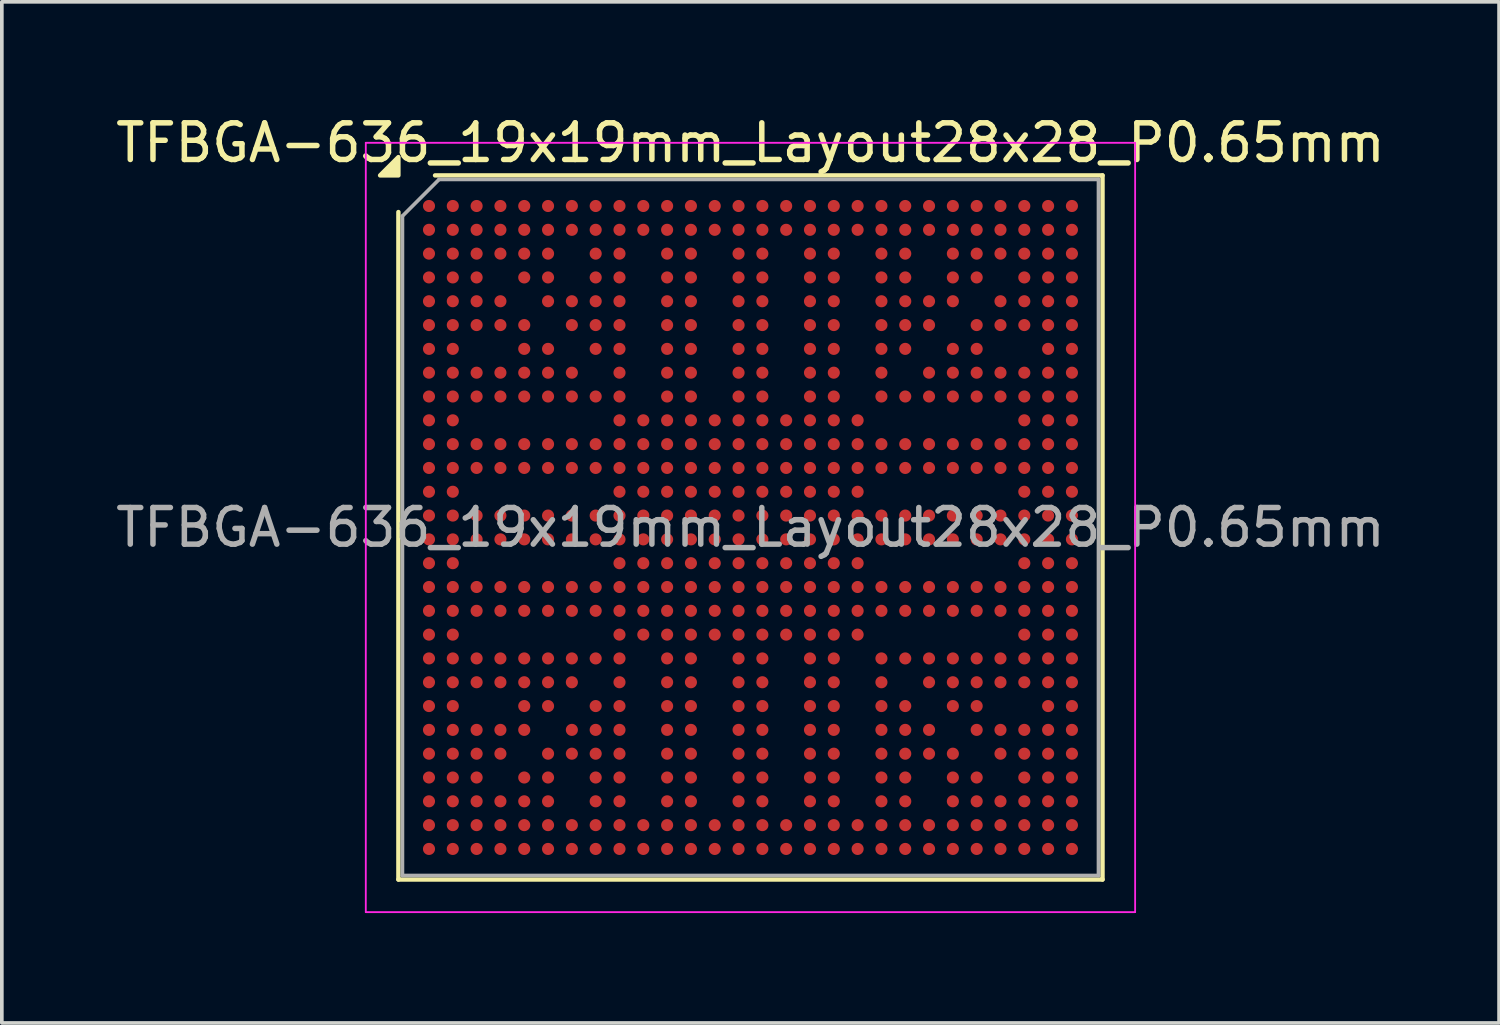
<source format=kicad_pcb>
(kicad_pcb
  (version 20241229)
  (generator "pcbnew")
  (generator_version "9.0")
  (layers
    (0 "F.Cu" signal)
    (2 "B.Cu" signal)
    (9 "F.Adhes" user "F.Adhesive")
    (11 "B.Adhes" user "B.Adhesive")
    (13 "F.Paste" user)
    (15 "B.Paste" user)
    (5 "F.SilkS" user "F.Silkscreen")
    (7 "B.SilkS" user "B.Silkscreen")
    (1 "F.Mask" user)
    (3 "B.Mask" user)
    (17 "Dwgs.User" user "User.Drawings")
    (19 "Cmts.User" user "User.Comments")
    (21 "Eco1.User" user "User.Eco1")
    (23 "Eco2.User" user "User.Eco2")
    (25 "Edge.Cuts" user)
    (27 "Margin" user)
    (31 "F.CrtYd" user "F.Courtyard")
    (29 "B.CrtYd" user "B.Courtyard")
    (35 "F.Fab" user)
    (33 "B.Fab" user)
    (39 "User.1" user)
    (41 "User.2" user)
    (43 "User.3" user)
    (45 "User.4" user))
  (footprint "TFBGA-636_19x19mm_Layout28x28_P0.65mm"
    (layer "F.Cu")
    (at 17.435 11.348)
    (property "Reference" "TFBGA-636_19x19mm_Layout28x28_P0.65mm" (at 0 -10.5 0) (layer "F.SilkS") (effects (font (size 1 1) (thickness 0.15))))
    (attr smd)
    (fp_line (start -9.61 9.61) (end -9.61 -8.61) (stroke (width 0.12) (type solid)) (layer "F.SilkS"))
    (fp_line (start -8.61 -9.61) (end 9.61 -9.61) (stroke (width 0.12) (type solid)) (layer "F.SilkS"))
    (fp_line (start 9.61 -9.61) (end 9.61 9.61) (stroke (width 0.12) (type solid)) (layer "F.SilkS"))
    (fp_line (start 9.61 9.61) (end -9.61 9.61) (stroke (width 0.12) (type solid)) (layer "F.SilkS"))
    (fp_poly (pts (xy -9.61 -9.61) (xy -10.11 -9.61) (xy -9.61 -10.11) (xy -9.61 -9.61)) (stroke (width 0.12) (type solid)) (fill yes) (layer "F.SilkS"))
    (fp_line (start -10.5 -10.5) (end -10.5 10.5) (stroke (width 0.05) (type solid)) (layer "F.CrtYd"))
    (fp_line (start -10.5 10.5) (end 10.5 10.5) (stroke (width 0.05) (type solid)) (layer "F.CrtYd"))
    (fp_line (start 10.5 -10.5) (end -10.5 -10.5) (stroke (width 0.05) (type solid)) (layer "F.CrtYd"))
    (fp_line (start 10.5 10.5) (end 10.5 -10.5) (stroke (width 0.05) (type solid)) (layer "F.CrtYd"))
    (fp_line (start -9.5 -8.5) (end -8.5 -9.5) (stroke (width 0.1) (type solid)) (layer "F.Fab"))
    (fp_line (start -9.5 9.5) (end -9.5 -8.5) (stroke (width 0.1) (type solid)) (layer "F.Fab"))
    (fp_line (start -8.5 -9.5) (end 9.5 -9.5) (stroke (width 0.1) (type solid)) (layer "F.Fab"))
    (fp_line (start 9.5 -9.5) (end 9.5 9.5) (stroke (width 0.1) (type solid)) (layer "F.Fab"))
    (fp_line (start 9.5 9.5) (end -9.5 9.5) (stroke (width 0.1) (type solid)) (layer "F.Fab"))
    (fp_text user "${REFERENCE}" (at 0 0 0) (layer "F.Fab") (effects (font (size 1 1) (thickness 0.15))))
    (pad "A1" smd circle (at -8.775 -8.775) (size 0.33 0.33) (property pad_prop_bga) (layers "F.Cu" "F.Mask" "F.Paste"))
    (pad "A2" smd circle (at -8.125 -8.775) (size 0.33 0.33) (property pad_prop_bga) (layers "F.Cu" "F.Mask" "F.Paste"))
    (pad "A3" smd circle (at -7.475 -8.775) (size 0.33 0.33) (property pad_prop_bga) (layers "F.Cu" "F.Mask" "F.Paste"))
    (pad "A4" smd circle (at -6.825 -8.775) (size 0.33 0.33) (property pad_prop_bga) (layers "F.Cu" "F.Mask" "F.Paste"))
    (pad "A5" smd circle (at -6.175 -8.775) (size 0.33 0.33) (property pad_prop_bga) (layers "F.Cu" "F.Mask" "F.Paste"))
    (pad "A6" smd circle (at -5.525 -8.775) (size 0.33 0.33) (property pad_prop_bga) (layers "F.Cu" "F.Mask" "F.Paste"))
    (pad "A7" smd circle (at -4.875 -8.775) (size 0.33 0.33) (property pad_prop_bga) (layers "F.Cu" "F.Mask" "F.Paste"))
    (pad "A8" smd circle (at -4.225 -8.775) (size 0.33 0.33) (property pad_prop_bga) (layers "F.Cu" "F.Mask" "F.Paste"))
    (pad "A9" smd circle (at -3.575 -8.775) (size 0.33 0.33) (property pad_prop_bga) (layers "F.Cu" "F.Mask" "F.Paste"))
    (pad "A10" smd circle (at -2.925 -8.775) (size 0.33 0.33) (property pad_prop_bga) (layers "F.Cu" "F.Mask" "F.Paste"))
    (pad "A11" smd circle (at -2.275 -8.775) (size 0.33 0.33) (property pad_prop_bga) (layers "F.Cu" "F.Mask" "F.Paste"))
    (pad "A12" smd circle (at -1.625 -8.775) (size 0.33 0.33) (property pad_prop_bga) (layers "F.Cu" "F.Mask" "F.Paste"))
    (pad "A13" smd circle (at -0.975 -8.775) (size 0.33 0.33) (property pad_prop_bga) (layers "F.Cu" "F.Mask" "F.Paste"))
    (pad "A14" smd circle (at -0.325 -8.775) (size 0.33 0.33) (property pad_prop_bga) (layers "F.Cu" "F.Mask" "F.Paste"))
    (pad "A15" smd circle (at 0.325 -8.775) (size 0.33 0.33) (property pad_prop_bga) (layers "F.Cu" "F.Mask" "F.Paste"))
    (pad "A16" smd circle (at 0.975 -8.775) (size 0.33 0.33) (property pad_prop_bga) (layers "F.Cu" "F.Mask" "F.Paste"))
    (pad "A17" smd circle (at 1.625 -8.775) (size 0.33 0.33) (property pad_prop_bga) (layers "F.Cu" "F.Mask" "F.Paste"))
    (pad "A18" smd circle (at 2.275 -8.775) (size 0.33 0.33) (property pad_prop_bga) (layers "F.Cu" "F.Mask" "F.Paste"))
    (pad "A19" smd circle (at 2.925 -8.775) (size 0.33 0.33) (property pad_prop_bga) (layers "F.Cu" "F.Mask" "F.Paste"))
    (pad "A20" smd circle (at 3.575 -8.775) (size 0.33 0.33) (property pad_prop_bga) (layers "F.Cu" "F.Mask" "F.Paste"))
    (pad "A21" smd circle (at 4.225 -8.775) (size 0.33 0.33) (property pad_prop_bga) (layers "F.Cu" "F.Mask" "F.Paste"))
    (pad "A22" smd circle (at 4.875 -8.775) (size 0.33 0.33) (property pad_prop_bga) (layers "F.Cu" "F.Mask" "F.Paste"))
    (pad "A23" smd circle (at 5.525 -8.775) (size 0.33 0.33) (property pad_prop_bga) (layers "F.Cu" "F.Mask" "F.Paste"))
    (pad "A24" smd circle (at 6.175 -8.775) (size 0.33 0.33) (property pad_prop_bga) (layers "F.Cu" "F.Mask" "F.Paste"))
    (pad "A25" smd circle (at 6.825 -8.775) (size 0.33 0.33) (property pad_prop_bga) (layers "F.Cu" "F.Mask" "F.Paste"))
    (pad "A26" smd circle (at 7.475 -8.775) (size 0.33 0.33) (property pad_prop_bga) (layers "F.Cu" "F.Mask" "F.Paste"))
    (pad "A27" smd circle (at 8.125 -8.775) (size 0.33 0.33) (property pad_prop_bga) (layers "F.Cu" "F.Mask" "F.Paste"))
    (pad "A28" smd circle (at 8.775 -8.775) (size 0.33 0.33) (property pad_prop_bga) (layers "F.Cu" "F.Mask" "F.Paste"))
    (pad "AA1" smd circle (at -8.775 4.225) (size 0.33 0.33) (property pad_prop_bga) (layers "F.Cu" "F.Mask" "F.Paste"))
    (pad "AA2" smd circle (at -8.125 4.225) (size 0.33 0.33) (property pad_prop_bga) (layers "F.Cu" "F.Mask" "F.Paste"))
    (pad "AA3" smd circle (at -7.475 4.225) (size 0.33 0.33) (property pad_prop_bga) (layers "F.Cu" "F.Mask" "F.Paste"))
    (pad "AA4" smd circle (at -6.825 4.225) (size 0.33 0.33) (property pad_prop_bga) (layers "F.Cu" "F.Mask" "F.Paste"))
    (pad "AA5" smd circle (at -6.175 4.225) (size 0.33 0.33) (property pad_prop_bga) (layers "F.Cu" "F.Mask" "F.Paste"))
    (pad "AA6" smd circle (at -5.525 4.225) (size 0.33 0.33) (property pad_prop_bga) (layers "F.Cu" "F.Mask" "F.Paste"))
    (pad "AA7" smd circle (at -4.875 4.225) (size 0.33 0.33) (property pad_prop_bga) (layers "F.Cu" "F.Mask" "F.Paste"))
    (pad "AA9" smd circle (at -3.575 4.225) (size 0.33 0.33) (property pad_prop_bga) (layers "F.Cu" "F.Mask" "F.Paste"))
    (pad "AA11" smd circle (at -2.275 4.225) (size 0.33 0.33) (property pad_prop_bga) (layers "F.Cu" "F.Mask" "F.Paste"))
    (pad "AA12" smd circle (at -1.625 4.225) (size 0.33 0.33) (property pad_prop_bga) (layers "F.Cu" "F.Mask" "F.Paste"))
    (pad "AA14" smd circle (at -0.325 4.225) (size 0.33 0.33) (property pad_prop_bga) (layers "F.Cu" "F.Mask" "F.Paste"))
    (pad "AA15" smd circle (at 0.325 4.225) (size 0.33 0.33) (property pad_prop_bga) (layers "F.Cu" "F.Mask" "F.Paste"))
    (pad "AA17" smd circle (at 1.625 4.225) (size 0.33 0.33) (property pad_prop_bga) (layers "F.Cu" "F.Mask" "F.Paste"))
    (pad "AA18" smd circle (at 2.275 4.225) (size 0.33 0.33) (property pad_prop_bga) (layers "F.Cu" "F.Mask" "F.Paste"))
    (pad "AA20" smd circle (at 3.575 4.225) (size 0.33 0.33) (property pad_prop_bga) (layers "F.Cu" "F.Mask" "F.Paste"))
    (pad "AA22" smd circle (at 4.875 4.225) (size 0.33 0.33) (property pad_prop_bga) (layers "F.Cu" "F.Mask" "F.Paste"))
    (pad "AA23" smd circle (at 5.525 4.225) (size 0.33 0.33) (property pad_prop_bga) (layers "F.Cu" "F.Mask" "F.Paste"))
    (pad "AA24" smd circle (at 6.175 4.225) (size 0.33 0.33) (property pad_prop_bga) (layers "F.Cu" "F.Mask" "F.Paste"))
    (pad "AA25" smd circle (at 6.825 4.225) (size 0.33 0.33) (property pad_prop_bga) (layers "F.Cu" "F.Mask" "F.Paste"))
    (pad "AA26" smd circle (at 7.475 4.225) (size 0.33 0.33) (property pad_prop_bga) (layers "F.Cu" "F.Mask" "F.Paste"))
    (pad "AA27" smd circle (at 8.125 4.225) (size 0.33 0.33) (property pad_prop_bga) (layers "F.Cu" "F.Mask" "F.Paste"))
    (pad "AA28" smd circle (at 8.775 4.225) (size 0.33 0.33) (property pad_prop_bga) (layers "F.Cu" "F.Mask" "F.Paste"))
    (pad "AB1" smd circle (at -8.775 4.875) (size 0.33 0.33) (property pad_prop_bga) (layers "F.Cu" "F.Mask" "F.Paste"))
    (pad "AB2" smd circle (at -8.125 4.875) (size 0.33 0.33) (property pad_prop_bga) (layers "F.Cu" "F.Mask" "F.Paste"))
    (pad "AB5" smd circle (at -6.175 4.875) (size 0.33 0.33) (property pad_prop_bga) (layers "F.Cu" "F.Mask" "F.Paste"))
    (pad "AB6" smd circle (at -5.525 4.875) (size 0.33 0.33) (property pad_prop_bga) (layers "F.Cu" "F.Mask" "F.Paste"))
    (pad "AB8" smd circle (at -4.225 4.875) (size 0.33 0.33) (property pad_prop_bga) (layers "F.Cu" "F.Mask" "F.Paste"))
    (pad "AB9" smd circle (at -3.575 4.875) (size 0.33 0.33) (property pad_prop_bga) (layers "F.Cu" "F.Mask" "F.Paste"))
    (pad "AB11" smd circle (at -2.275 4.875) (size 0.33 0.33) (property pad_prop_bga) (layers "F.Cu" "F.Mask" "F.Paste"))
    (pad "AB12" smd circle (at -1.625 4.875) (size 0.33 0.33) (property pad_prop_bga) (layers "F.Cu" "F.Mask" "F.Paste"))
    (pad "AB14" smd circle (at -0.325 4.875) (size 0.33 0.33) (property pad_prop_bga) (layers "F.Cu" "F.Mask" "F.Paste"))
    (pad "AB15" smd circle (at 0.325 4.875) (size 0.33 0.33) (property pad_prop_bga) (layers "F.Cu" "F.Mask" "F.Paste"))
    (pad "AB17" smd circle (at 1.625 4.875) (size 0.33 0.33) (property pad_prop_bga) (layers "F.Cu" "F.Mask" "F.Paste"))
    (pad "AB18" smd circle (at 2.275 4.875) (size 0.33 0.33) (property pad_prop_bga) (layers "F.Cu" "F.Mask" "F.Paste"))
    (pad "AB20" smd circle (at 3.575 4.875) (size 0.33 0.33) (property pad_prop_bga) (layers "F.Cu" "F.Mask" "F.Paste"))
    (pad "AB21" smd circle (at 4.225 4.875) (size 0.33 0.33) (property pad_prop_bga) (layers "F.Cu" "F.Mask" "F.Paste"))
    (pad "AB23" smd circle (at 5.525 4.875) (size 0.33 0.33) (property pad_prop_bga) (layers "F.Cu" "F.Mask" "F.Paste"))
    (pad "AB24" smd circle (at 6.175 4.875) (size 0.33 0.33) (property pad_prop_bga) (layers "F.Cu" "F.Mask" "F.Paste"))
    (pad "AB27" smd circle (at 8.125 4.875) (size 0.33 0.33) (property pad_prop_bga) (layers "F.Cu" "F.Mask" "F.Paste"))
    (pad "AB28" smd circle (at 8.775 4.875) (size 0.33 0.33) (property pad_prop_bga) (layers "F.Cu" "F.Mask" "F.Paste"))
    (pad "AC1" smd circle (at -8.775 5.525) (size 0.33 0.33) (property pad_prop_bga) (layers "F.Cu" "F.Mask" "F.Paste"))
    (pad "AC2" smd circle (at -8.125 5.525) (size 0.33 0.33) (property pad_prop_bga) (layers "F.Cu" "F.Mask" "F.Paste"))
    (pad "AC3" smd circle (at -7.475 5.525) (size 0.33 0.33) (property pad_prop_bga) (layers "F.Cu" "F.Mask" "F.Paste"))
    (pad "AC4" smd circle (at -6.825 5.525) (size 0.33 0.33) (property pad_prop_bga) (layers "F.Cu" "F.Mask" "F.Paste"))
    (pad "AC5" smd circle (at -6.175 5.525) (size 0.33 0.33) (property pad_prop_bga) (layers "F.Cu" "F.Mask" "F.Paste"))
    (pad "AC7" smd circle (at -4.875 5.525) (size 0.33 0.33) (property pad_prop_bga) (layers "F.Cu" "F.Mask" "F.Paste"))
    (pad "AC8" smd circle (at -4.225 5.525) (size 0.33 0.33) (property pad_prop_bga) (layers "F.Cu" "F.Mask" "F.Paste"))
    (pad "AC9" smd circle (at -3.575 5.525) (size 0.33 0.33) (property pad_prop_bga) (layers "F.Cu" "F.Mask" "F.Paste"))
    (pad "AC11" smd circle (at -2.275 5.525) (size 0.33 0.33) (property pad_prop_bga) (layers "F.Cu" "F.Mask" "F.Paste"))
    (pad "AC12" smd circle (at -1.625 5.525) (size 0.33 0.33) (property pad_prop_bga) (layers "F.Cu" "F.Mask" "F.Paste"))
    (pad "AC14" smd circle (at -0.325 5.525) (size 0.33 0.33) (property pad_prop_bga) (layers "F.Cu" "F.Mask" "F.Paste"))
    (pad "AC15" smd circle (at 0.325 5.525) (size 0.33 0.33) (property pad_prop_bga) (layers "F.Cu" "F.Mask" "F.Paste"))
    (pad "AC17" smd circle (at 1.625 5.525) (size 0.33 0.33) (property pad_prop_bga) (layers "F.Cu" "F.Mask" "F.Paste"))
    (pad "AC18" smd circle (at 2.275 5.525) (size 0.33 0.33) (property pad_prop_bga) (layers "F.Cu" "F.Mask" "F.Paste"))
    (pad "AC20" smd circle (at 3.575 5.525) (size 0.33 0.33) (property pad_prop_bga) (layers "F.Cu" "F.Mask" "F.Paste"))
    (pad "AC21" smd circle (at 4.225 5.525) (size 0.33 0.33) (property pad_prop_bga) (layers "F.Cu" "F.Mask" "F.Paste"))
    (pad "AC22" smd circle (at 4.875 5.525) (size 0.33 0.33) (property pad_prop_bga) (layers "F.Cu" "F.Mask" "F.Paste"))
    (pad "AC24" smd circle (at 6.175 5.525) (size 0.33 0.33) (property pad_prop_bga) (layers "F.Cu" "F.Mask" "F.Paste"))
    (pad "AC25" smd circle (at 6.825 5.525) (size 0.33 0.33) (property pad_prop_bga) (layers "F.Cu" "F.Mask" "F.Paste"))
    (pad "AC26" smd circle (at 7.475 5.525) (size 0.33 0.33) (property pad_prop_bga) (layers "F.Cu" "F.Mask" "F.Paste"))
    (pad "AC27" smd circle (at 8.125 5.525) (size 0.33 0.33) (property pad_prop_bga) (layers "F.Cu" "F.Mask" "F.Paste"))
    (pad "AC28" smd circle (at 8.775 5.525) (size 0.33 0.33) (property pad_prop_bga) (layers "F.Cu" "F.Mask" "F.Paste"))
    (pad "AD1" smd circle (at -8.775 6.175) (size 0.33 0.33) (property pad_prop_bga) (layers "F.Cu" "F.Mask" "F.Paste"))
    (pad "AD2" smd circle (at -8.125 6.175) (size 0.33 0.33) (property pad_prop_bga) (layers "F.Cu" "F.Mask" "F.Paste"))
    (pad "AD3" smd circle (at -7.475 6.175) (size 0.33 0.33) (property pad_prop_bga) (layers "F.Cu" "F.Mask" "F.Paste"))
    (pad "AD4" smd circle (at -6.825 6.175) (size 0.33 0.33) (property pad_prop_bga) (layers "F.Cu" "F.Mask" "F.Paste"))
    (pad "AD6" smd circle (at -5.525 6.175) (size 0.33 0.33) (property pad_prop_bga) (layers "F.Cu" "F.Mask" "F.Paste"))
    (pad "AD7" smd circle (at -4.875 6.175) (size 0.33 0.33) (property pad_prop_bga) (layers "F.Cu" "F.Mask" "F.Paste"))
    (pad "AD8" smd circle (at -4.225 6.175) (size 0.33 0.33) (property pad_prop_bga) (layers "F.Cu" "F.Mask" "F.Paste"))
    (pad "AD9" smd circle (at -3.575 6.175) (size 0.33 0.33) (property pad_prop_bga) (layers "F.Cu" "F.Mask" "F.Paste"))
    (pad "AD11" smd circle (at -2.275 6.175) (size 0.33 0.33) (property pad_prop_bga) (layers "F.Cu" "F.Mask" "F.Paste"))
    (pad "AD12" smd circle (at -1.625 6.175) (size 0.33 0.33) (property pad_prop_bga) (layers "F.Cu" "F.Mask" "F.Paste"))
    (pad "AD14" smd circle (at -0.325 6.175) (size 0.33 0.33) (property pad_prop_bga) (layers "F.Cu" "F.Mask" "F.Paste"))
    (pad "AD15" smd circle (at 0.325 6.175) (size 0.33 0.33) (property pad_prop_bga) (layers "F.Cu" "F.Mask" "F.Paste"))
    (pad "AD17" smd circle (at 1.625 6.175) (size 0.33 0.33) (property pad_prop_bga) (layers "F.Cu" "F.Mask" "F.Paste"))
    (pad "AD18" smd circle (at 2.275 6.175) (size 0.33 0.33) (property pad_prop_bga) (layers "F.Cu" "F.Mask" "F.Paste"))
    (pad "AD20" smd circle (at 3.575 6.175) (size 0.33 0.33) (property pad_prop_bga) (layers "F.Cu" "F.Mask" "F.Paste"))
    (pad "AD21" smd circle (at 4.225 6.175) (size 0.33 0.33) (property pad_prop_bga) (layers "F.Cu" "F.Mask" "F.Paste"))
    (pad "AD22" smd circle (at 4.875 6.175) (size 0.33 0.33) (property pad_prop_bga) (layers "F.Cu" "F.Mask" "F.Paste"))
    (pad "AD23" smd circle (at 5.525 6.175) (size 0.33 0.33) (property pad_prop_bga) (layers "F.Cu" "F.Mask" "F.Paste"))
    (pad "AD25" smd circle (at 6.825 6.175) (size 0.33 0.33) (property pad_prop_bga) (layers "F.Cu" "F.Mask" "F.Paste"))
    (pad "AD26" smd circle (at 7.475 6.175) (size 0.33 0.33) (property pad_prop_bga) (layers "F.Cu" "F.Mask" "F.Paste"))
    (pad "AD27" smd circle (at 8.125 6.175) (size 0.33 0.33) (property pad_prop_bga) (layers "F.Cu" "F.Mask" "F.Paste"))
    (pad "AD28" smd circle (at 8.775 6.175) (size 0.33 0.33) (property pad_prop_bga) (layers "F.Cu" "F.Mask" "F.Paste"))
    (pad "AE1" smd circle (at -8.775 6.825) (size 0.33 0.33) (property pad_prop_bga) (layers "F.Cu" "F.Mask" "F.Paste"))
    (pad "AE2" smd circle (at -8.125 6.825) (size 0.33 0.33) (property pad_prop_bga) (layers "F.Cu" "F.Mask" "F.Paste"))
    (pad "AE3" smd circle (at -7.475 6.825) (size 0.33 0.33) (property pad_prop_bga) (layers "F.Cu" "F.Mask" "F.Paste"))
    (pad "AE5" smd circle (at -6.175 6.825) (size 0.33 0.33) (property pad_prop_bga) (layers "F.Cu" "F.Mask" "F.Paste"))
    (pad "AE6" smd circle (at -5.525 6.825) (size 0.33 0.33) (property pad_prop_bga) (layers "F.Cu" "F.Mask" "F.Paste"))
    (pad "AE8" smd circle (at -4.225 6.825) (size 0.33 0.33) (property pad_prop_bga) (layers "F.Cu" "F.Mask" "F.Paste"))
    (pad "AE9" smd circle (at -3.575 6.825) (size 0.33 0.33) (property pad_prop_bga) (layers "F.Cu" "F.Mask" "F.Paste"))
    (pad "AE11" smd circle (at -2.275 6.825) (size 0.33 0.33) (property pad_prop_bga) (layers "F.Cu" "F.Mask" "F.Paste"))
    (pad "AE12" smd circle (at -1.625 6.825) (size 0.33 0.33) (property pad_prop_bga) (layers "F.Cu" "F.Mask" "F.Paste"))
    (pad "AE14" smd circle (at -0.325 6.825) (size 0.33 0.33) (property pad_prop_bga) (layers "F.Cu" "F.Mask" "F.Paste"))
    (pad "AE15" smd circle (at 0.325 6.825) (size 0.33 0.33) (property pad_prop_bga) (layers "F.Cu" "F.Mask" "F.Paste"))
    (pad "AE17" smd circle (at 1.625 6.825) (size 0.33 0.33) (property pad_prop_bga) (layers "F.Cu" "F.Mask" "F.Paste"))
    (pad "AE18" smd circle (at 2.275 6.825) (size 0.33 0.33) (property pad_prop_bga) (layers "F.Cu" "F.Mask" "F.Paste"))
    (pad "AE20" smd circle (at 3.575 6.825) (size 0.33 0.33) (property pad_prop_bga) (layers "F.Cu" "F.Mask" "F.Paste"))
    (pad "AE21" smd circle (at 4.225 6.825) (size 0.33 0.33) (property pad_prop_bga) (layers "F.Cu" "F.Mask" "F.Paste"))
    (pad "AE23" smd circle (at 5.525 6.825) (size 0.33 0.33) (property pad_prop_bga) (layers "F.Cu" "F.Mask" "F.Paste"))
    (pad "AE24" smd circle (at 6.175 6.825) (size 0.33 0.33) (property pad_prop_bga) (layers "F.Cu" "F.Mask" "F.Paste"))
    (pad "AE26" smd circle (at 7.475 6.825) (size 0.33 0.33) (property pad_prop_bga) (layers "F.Cu" "F.Mask" "F.Paste"))
    (pad "AE27" smd circle (at 8.125 6.825) (size 0.33 0.33) (property pad_prop_bga) (layers "F.Cu" "F.Mask" "F.Paste"))
    (pad "AE28" smd circle (at 8.775 6.825) (size 0.33 0.33) (property pad_prop_bga) (layers "F.Cu" "F.Mask" "F.Paste"))
    (pad "AF1" smd circle (at -8.775 7.475) (size 0.33 0.33) (property pad_prop_bga) (layers "F.Cu" "F.Mask" "F.Paste"))
    (pad "AF2" smd circle (at -8.125 7.475) (size 0.33 0.33) (property pad_prop_bga) (layers "F.Cu" "F.Mask" "F.Paste"))
    (pad "AF3" smd circle (at -7.475 7.475) (size 0.33 0.33) (property pad_prop_bga) (layers "F.Cu" "F.Mask" "F.Paste"))
    (pad "AF4" smd circle (at -6.825 7.475) (size 0.33 0.33) (property pad_prop_bga) (layers "F.Cu" "F.Mask" "F.Paste"))
    (pad "AF5" smd circle (at -6.175 7.475) (size 0.33 0.33) (property pad_prop_bga) (layers "F.Cu" "F.Mask" "F.Paste"))
    (pad "AF6" smd circle (at -5.525 7.475) (size 0.33 0.33) (property pad_prop_bga) (layers "F.Cu" "F.Mask" "F.Paste"))
    (pad "AF8" smd circle (at -4.225 7.475) (size 0.33 0.33) (property pad_prop_bga) (layers "F.Cu" "F.Mask" "F.Paste"))
    (pad "AF9" smd circle (at -3.575 7.475) (size 0.33 0.33) (property pad_prop_bga) (layers "F.Cu" "F.Mask" "F.Paste"))
    (pad "AF11" smd circle (at -2.275 7.475) (size 0.33 0.33) (property pad_prop_bga) (layers "F.Cu" "F.Mask" "F.Paste"))
    (pad "AF12" smd circle (at -1.625 7.475) (size 0.33 0.33) (property pad_prop_bga) (layers "F.Cu" "F.Mask" "F.Paste"))
    (pad "AF14" smd circle (at -0.325 7.475) (size 0.33 0.33) (property pad_prop_bga) (layers "F.Cu" "F.Mask" "F.Paste"))
    (pad "AF15" smd circle (at 0.325 7.475) (size 0.33 0.33) (property pad_prop_bga) (layers "F.Cu" "F.Mask" "F.Paste"))
    (pad "AF17" smd circle (at 1.625 7.475) (size 0.33 0.33) (property pad_prop_bga) (layers "F.Cu" "F.Mask" "F.Paste"))
    (pad "AF18" smd circle (at 2.275 7.475) (size 0.33 0.33) (property pad_prop_bga) (layers "F.Cu" "F.Mask" "F.Paste"))
    (pad "AF20" smd circle (at 3.575 7.475) (size 0.33 0.33) (property pad_prop_bga) (layers "F.Cu" "F.Mask" "F.Paste"))
    (pad "AF21" smd circle (at 4.225 7.475) (size 0.33 0.33) (property pad_prop_bga) (layers "F.Cu" "F.Mask" "F.Paste"))
    (pad "AF23" smd circle (at 5.525 7.475) (size 0.33 0.33) (property pad_prop_bga) (layers "F.Cu" "F.Mask" "F.Paste"))
    (pad "AF24" smd circle (at 6.175 7.475) (size 0.33 0.33) (property pad_prop_bga) (layers "F.Cu" "F.Mask" "F.Paste"))
    (pad "AF25" smd circle (at 6.825 7.475) (size 0.33 0.33) (property pad_prop_bga) (layers "F.Cu" "F.Mask" "F.Paste"))
    (pad "AF26" smd circle (at 7.475 7.475) (size 0.33 0.33) (property pad_prop_bga) (layers "F.Cu" "F.Mask" "F.Paste"))
    (pad "AF27" smd circle (at 8.125 7.475) (size 0.33 0.33) (property pad_prop_bga) (layers "F.Cu" "F.Mask" "F.Paste"))
    (pad "AF28" smd circle (at 8.775 7.475) (size 0.33 0.33) (property pad_prop_bga) (layers "F.Cu" "F.Mask" "F.Paste"))
    (pad "AG1" smd circle (at -8.775 8.125) (size 0.33 0.33) (property pad_prop_bga) (layers "F.Cu" "F.Mask" "F.Paste"))
    (pad "AG2" smd circle (at -8.125 8.125) (size 0.33 0.33) (property pad_prop_bga) (layers "F.Cu" "F.Mask" "F.Paste"))
    (pad "AG3" smd circle (at -7.475 8.125) (size 0.33 0.33) (property pad_prop_bga) (layers "F.Cu" "F.Mask" "F.Paste"))
    (pad "AG4" smd circle (at -6.825 8.125) (size 0.33 0.33) (property pad_prop_bga) (layers "F.Cu" "F.Mask" "F.Paste"))
    (pad "AG5" smd circle (at -6.175 8.125) (size 0.33 0.33) (property pad_prop_bga) (layers "F.Cu" "F.Mask" "F.Paste"))
    (pad "AG6" smd circle (at -5.525 8.125) (size 0.33 0.33) (property pad_prop_bga) (layers "F.Cu" "F.Mask" "F.Paste"))
    (pad "AG7" smd circle (at -4.875 8.125) (size 0.33 0.33) (property pad_prop_bga) (layers "F.Cu" "F.Mask" "F.Paste"))
    (pad "AG8" smd circle (at -4.225 8.125) (size 0.33 0.33) (property pad_prop_bga) (layers "F.Cu" "F.Mask" "F.Paste"))
    (pad "AG9" smd circle (at -3.575 8.125) (size 0.33 0.33) (property pad_prop_bga) (layers "F.Cu" "F.Mask" "F.Paste"))
    (pad "AG10" smd circle (at -2.925 8.125) (size 0.33 0.33) (property pad_prop_bga) (layers "F.Cu" "F.Mask" "F.Paste"))
    (pad "AG11" smd circle (at -2.275 8.125) (size 0.33 0.33) (property pad_prop_bga) (layers "F.Cu" "F.Mask" "F.Paste"))
    (pad "AG12" smd circle (at -1.625 8.125) (size 0.33 0.33) (property pad_prop_bga) (layers "F.Cu" "F.Mask" "F.Paste"))
    (pad "AG13" smd circle (at -0.975 8.125) (size 0.33 0.33) (property pad_prop_bga) (layers "F.Cu" "F.Mask" "F.Paste"))
    (pad "AG14" smd circle (at -0.325 8.125) (size 0.33 0.33) (property pad_prop_bga) (layers "F.Cu" "F.Mask" "F.Paste"))
    (pad "AG15" smd circle (at 0.325 8.125) (size 0.33 0.33) (property pad_prop_bga) (layers "F.Cu" "F.Mask" "F.Paste"))
    (pad "AG16" smd circle (at 0.975 8.125) (size 0.33 0.33) (property pad_prop_bga) (layers "F.Cu" "F.Mask" "F.Paste"))
    (pad "AG17" smd circle (at 1.625 8.125) (size 0.33 0.33) (property pad_prop_bga) (layers "F.Cu" "F.Mask" "F.Paste"))
    (pad "AG18" smd circle (at 2.275 8.125) (size 0.33 0.33) (property pad_prop_bga) (layers "F.Cu" "F.Mask" "F.Paste"))
    (pad "AG19" smd circle (at 2.925 8.125) (size 0.33 0.33) (property pad_prop_bga) (layers "F.Cu" "F.Mask" "F.Paste"))
    (pad "AG20" smd circle (at 3.575 8.125) (size 0.33 0.33) (property pad_prop_bga) (layers "F.Cu" "F.Mask" "F.Paste"))
    (pad "AG21" smd circle (at 4.225 8.125) (size 0.33 0.33) (property pad_prop_bga) (layers "F.Cu" "F.Mask" "F.Paste"))
    (pad "AG22" smd circle (at 4.875 8.125) (size 0.33 0.33) (property pad_prop_bga) (layers "F.Cu" "F.Mask" "F.Paste"))
    (pad "AG23" smd circle (at 5.525 8.125) (size 0.33 0.33) (property pad_prop_bga) (layers "F.Cu" "F.Mask" "F.Paste"))
    (pad "AG24" smd circle (at 6.175 8.125) (size 0.33 0.33) (property pad_prop_bga) (layers "F.Cu" "F.Mask" "F.Paste"))
    (pad "AG25" smd circle (at 6.825 8.125) (size 0.33 0.33) (property pad_prop_bga) (layers "F.Cu" "F.Mask" "F.Paste"))
    (pad "AG26" smd circle (at 7.475 8.125) (size 0.33 0.33) (property pad_prop_bga) (layers "F.Cu" "F.Mask" "F.Paste"))
    (pad "AG27" smd circle (at 8.125 8.125) (size 0.33 0.33) (property pad_prop_bga) (layers "F.Cu" "F.Mask" "F.Paste"))
    (pad "AG28" smd circle (at 8.775 8.125) (size 0.33 0.33) (property pad_prop_bga) (layers "F.Cu" "F.Mask" "F.Paste"))
    (pad "AH1" smd circle (at -8.775 8.775) (size 0.33 0.33) (property pad_prop_bga) (layers "F.Cu" "F.Mask" "F.Paste"))
    (pad "AH2" smd circle (at -8.125 8.775) (size 0.33 0.33) (property pad_prop_bga) (layers "F.Cu" "F.Mask" "F.Paste"))
    (pad "AH3" smd circle (at -7.475 8.775) (size 0.33 0.33) (property pad_prop_bga) (layers "F.Cu" "F.Mask" "F.Paste"))
    (pad "AH4" smd circle (at -6.825 8.775) (size 0.33 0.33) (property pad_prop_bga) (layers "F.Cu" "F.Mask" "F.Paste"))
    (pad "AH5" smd circle (at -6.175 8.775) (size 0.33 0.33) (property pad_prop_bga) (layers "F.Cu" "F.Mask" "F.Paste"))
    (pad "AH6" smd circle (at -5.525 8.775) (size 0.33 0.33) (property pad_prop_bga) (layers "F.Cu" "F.Mask" "F.Paste"))
    (pad "AH7" smd circle (at -4.875 8.775) (size 0.33 0.33) (property pad_prop_bga) (layers "F.Cu" "F.Mask" "F.Paste"))
    (pad "AH8" smd circle (at -4.225 8.775) (size 0.33 0.33) (property pad_prop_bga) (layers "F.Cu" "F.Mask" "F.Paste"))
    (pad "AH9" smd circle (at -3.575 8.775) (size 0.33 0.33) (property pad_prop_bga) (layers "F.Cu" "F.Mask" "F.Paste"))
    (pad "AH10" smd circle (at -2.925 8.775) (size 0.33 0.33) (property pad_prop_bga) (layers "F.Cu" "F.Mask" "F.Paste"))
    (pad "AH11" smd circle (at -2.275 8.775) (size 0.33 0.33) (property pad_prop_bga) (layers "F.Cu" "F.Mask" "F.Paste"))
    (pad "AH12" smd circle (at -1.625 8.775) (size 0.33 0.33) (property pad_prop_bga) (layers "F.Cu" "F.Mask" "F.Paste"))
    (pad "AH13" smd circle (at -0.975 8.775) (size 0.33 0.33) (property pad_prop_bga) (layers "F.Cu" "F.Mask" "F.Paste"))
    (pad "AH14" smd circle (at -0.325 8.775) (size 0.33 0.33) (property pad_prop_bga) (layers "F.Cu" "F.Mask" "F.Paste"))
    (pad "AH15" smd circle (at 0.325 8.775) (size 0.33 0.33) (property pad_prop_bga) (layers "F.Cu" "F.Mask" "F.Paste"))
    (pad "AH16" smd circle (at 0.975 8.775) (size 0.33 0.33) (property pad_prop_bga) (layers "F.Cu" "F.Mask" "F.Paste"))
    (pad "AH17" smd circle (at 1.625 8.775) (size 0.33 0.33) (property pad_prop_bga) (layers "F.Cu" "F.Mask" "F.Paste"))
    (pad "AH18" smd circle (at 2.275 8.775) (size 0.33 0.33) (property pad_prop_bga) (layers "F.Cu" "F.Mask" "F.Paste"))
    (pad "AH19" smd circle (at 2.925 8.775) (size 0.33 0.33) (property pad_prop_bga) (layers "F.Cu" "F.Mask" "F.Paste"))
    (pad "AH20" smd circle (at 3.575 8.775) (size 0.33 0.33) (property pad_prop_bga) (layers "F.Cu" "F.Mask" "F.Paste"))
    (pad "AH21" smd circle (at 4.225 8.775) (size 0.33 0.33) (property pad_prop_bga) (layers "F.Cu" "F.Mask" "F.Paste"))
    (pad "AH22" smd circle (at 4.875 8.775) (size 0.33 0.33) (property pad_prop_bga) (layers "F.Cu" "F.Mask" "F.Paste"))
    (pad "AH23" smd circle (at 5.525 8.775) (size 0.33 0.33) (property pad_prop_bga) (layers "F.Cu" "F.Mask" "F.Paste"))
    (pad "AH24" smd circle (at 6.175 8.775) (size 0.33 0.33) (property pad_prop_bga) (layers "F.Cu" "F.Mask" "F.Paste"))
    (pad "AH25" smd circle (at 6.825 8.775) (size 0.33 0.33) (property pad_prop_bga) (layers "F.Cu" "F.Mask" "F.Paste"))
    (pad "AH26" smd circle (at 7.475 8.775) (size 0.33 0.33) (property pad_prop_bga) (layers "F.Cu" "F.Mask" "F.Paste"))
    (pad "AH27" smd circle (at 8.125 8.775) (size 0.33 0.33) (property pad_prop_bga) (layers "F.Cu" "F.Mask" "F.Paste"))
    (pad "AH28" smd circle (at 8.775 8.775) (size 0.33 0.33) (property pad_prop_bga) (layers "F.Cu" "F.Mask" "F.Paste"))
    (pad "B1" smd circle (at -8.775 -8.125) (size 0.33 0.33) (property pad_prop_bga) (layers "F.Cu" "F.Mask" "F.Paste"))
    (pad "B2" smd circle (at -8.125 -8.125) (size 0.33 0.33) (property pad_prop_bga) (layers "F.Cu" "F.Mask" "F.Paste"))
    (pad "B3" smd circle (at -7.475 -8.125) (size 0.33 0.33) (property pad_prop_bga) (layers "F.Cu" "F.Mask" "F.Paste"))
    (pad "B4" smd circle (at -6.825 -8.125) (size 0.33 0.33) (property pad_prop_bga) (layers "F.Cu" "F.Mask" "F.Paste"))
    (pad "B5" smd circle (at -6.175 -8.125) (size 0.33 0.33) (property pad_prop_bga) (layers "F.Cu" "F.Mask" "F.Paste"))
    (pad "B6" smd circle (at -5.525 -8.125) (size 0.33 0.33) (property pad_prop_bga) (layers "F.Cu" "F.Mask" "F.Paste"))
    (pad "B7" smd circle (at -4.875 -8.125) (size 0.33 0.33) (property pad_prop_bga) (layers "F.Cu" "F.Mask" "F.Paste"))
    (pad "B8" smd circle (at -4.225 -8.125) (size 0.33 0.33) (property pad_prop_bga) (layers "F.Cu" "F.Mask" "F.Paste"))
    (pad "B9" smd circle (at -3.575 -8.125) (size 0.33 0.33) (property pad_prop_bga) (layers "F.Cu" "F.Mask" "F.Paste"))
    (pad "B10" smd circle (at -2.925 -8.125) (size 0.33 0.33) (property pad_prop_bga) (layers "F.Cu" "F.Mask" "F.Paste"))
    (pad "B11" smd circle (at -2.275 -8.125) (size 0.33 0.33) (property pad_prop_bga) (layers "F.Cu" "F.Mask" "F.Paste"))
    (pad "B12" smd circle (at -1.625 -8.125) (size 0.33 0.33) (property pad_prop_bga) (layers "F.Cu" "F.Mask" "F.Paste"))
    (pad "B13" smd circle (at -0.975 -8.125) (size 0.33 0.33) (property pad_prop_bga) (layers "F.Cu" "F.Mask" "F.Paste"))
    (pad "B14" smd circle (at -0.325 -8.125) (size 0.33 0.33) (property pad_prop_bga) (layers "F.Cu" "F.Mask" "F.Paste"))
    (pad "B15" smd circle (at 0.325 -8.125) (size 0.33 0.33) (property pad_prop_bga) (layers "F.Cu" "F.Mask" "F.Paste"))
    (pad "B16" smd circle (at 0.975 -8.125) (size 0.33 0.33) (property pad_prop_bga) (layers "F.Cu" "F.Mask" "F.Paste"))
    (pad "B17" smd circle (at 1.625 -8.125) (size 0.33 0.33) (property pad_prop_bga) (layers "F.Cu" "F.Mask" "F.Paste"))
    (pad "B18" smd circle (at 2.275 -8.125) (size 0.33 0.33) (property pad_prop_bga) (layers "F.Cu" "F.Mask" "F.Paste"))
    (pad "B19" smd circle (at 2.925 -8.125) (size 0.33 0.33) (property pad_prop_bga) (layers "F.Cu" "F.Mask" "F.Paste"))
    (pad "B20" smd circle (at 3.575 -8.125) (size 0.33 0.33) (property pad_prop_bga) (layers "F.Cu" "F.Mask" "F.Paste"))
    (pad "B21" smd circle (at 4.225 -8.125) (size 0.33 0.33) (property pad_prop_bga) (layers "F.Cu" "F.Mask" "F.Paste"))
    (pad "B22" smd circle (at 4.875 -8.125) (size 0.33 0.33) (property pad_prop_bga) (layers "F.Cu" "F.Mask" "F.Paste"))
    (pad "B23" smd circle (at 5.525 -8.125) (size 0.33 0.33) (property pad_prop_bga) (layers "F.Cu" "F.Mask" "F.Paste"))
    (pad "B24" smd circle (at 6.175 -8.125) (size 0.33 0.33) (property pad_prop_bga) (layers "F.Cu" "F.Mask" "F.Paste"))
    (pad "B25" smd circle (at 6.825 -8.125) (size 0.33 0.33) (property pad_prop_bga) (layers "F.Cu" "F.Mask" "F.Paste"))
    (pad "B26" smd circle (at 7.475 -8.125) (size 0.33 0.33) (property pad_prop_bga) (layers "F.Cu" "F.Mask" "F.Paste"))
    (pad "B27" smd circle (at 8.125 -8.125) (size 0.33 0.33) (property pad_prop_bga) (layers "F.Cu" "F.Mask" "F.Paste"))
    (pad "B28" smd circle (at 8.775 -8.125) (size 0.33 0.33) (property pad_prop_bga) (layers "F.Cu" "F.Mask" "F.Paste"))
    (pad "C1" smd circle (at -8.775 -7.475) (size 0.33 0.33) (property pad_prop_bga) (layers "F.Cu" "F.Mask" "F.Paste"))
    (pad "C2" smd circle (at -8.125 -7.475) (size 0.33 0.33) (property pad_prop_bga) (layers "F.Cu" "F.Mask" "F.Paste"))
    (pad "C3" smd circle (at -7.475 -7.475) (size 0.33 0.33) (property pad_prop_bga) (layers "F.Cu" "F.Mask" "F.Paste"))
    (pad "C4" smd circle (at -6.825 -7.475) (size 0.33 0.33) (property pad_prop_bga) (layers "F.Cu" "F.Mask" "F.Paste"))
    (pad "C5" smd circle (at -6.175 -7.475) (size 0.33 0.33) (property pad_prop_bga) (layers "F.Cu" "F.Mask" "F.Paste"))
    (pad "C6" smd circle (at -5.525 -7.475) (size 0.33 0.33) (property pad_prop_bga) (layers "F.Cu" "F.Mask" "F.Paste"))
    (pad "C8" smd circle (at -4.225 -7.475) (size 0.33 0.33) (property pad_prop_bga) (layers "F.Cu" "F.Mask" "F.Paste"))
    (pad "C9" smd circle (at -3.575 -7.475) (size 0.33 0.33) (property pad_prop_bga) (layers "F.Cu" "F.Mask" "F.Paste"))
    (pad "C11" smd circle (at -2.275 -7.475) (size 0.33 0.33) (property pad_prop_bga) (layers "F.Cu" "F.Mask" "F.Paste"))
    (pad "C12" smd circle (at -1.625 -7.475) (size 0.33 0.33) (property pad_prop_bga) (layers "F.Cu" "F.Mask" "F.Paste"))
    (pad "C14" smd circle (at -0.325 -7.475) (size 0.33 0.33) (property pad_prop_bga) (layers "F.Cu" "F.Mask" "F.Paste"))
    (pad "C15" smd circle (at 0.325 -7.475) (size 0.33 0.33) (property pad_prop_bga) (layers "F.Cu" "F.Mask" "F.Paste"))
    (pad "C17" smd circle (at 1.625 -7.475) (size 0.33 0.33) (property pad_prop_bga) (layers "F.Cu" "F.Mask" "F.Paste"))
    (pad "C18" smd circle (at 2.275 -7.475) (size 0.33 0.33) (property pad_prop_bga) (layers "F.Cu" "F.Mask" "F.Paste"))
    (pad "C20" smd circle (at 3.575 -7.475) (size 0.33 0.33) (property pad_prop_bga) (layers "F.Cu" "F.Mask" "F.Paste"))
    (pad "C21" smd circle (at 4.225 -7.475) (size 0.33 0.33) (property pad_prop_bga) (layers "F.Cu" "F.Mask" "F.Paste"))
    (pad "C23" smd circle (at 5.525 -7.475) (size 0.33 0.33) (property pad_prop_bga) (layers "F.Cu" "F.Mask" "F.Paste"))
    (pad "C24" smd circle (at 6.175 -7.475) (size 0.33 0.33) (property pad_prop_bga) (layers "F.Cu" "F.Mask" "F.Paste"))
    (pad "C25" smd circle (at 6.825 -7.475) (size 0.33 0.33) (property pad_prop_bga) (layers "F.Cu" "F.Mask" "F.Paste"))
    (pad "C26" smd circle (at 7.475 -7.475) (size 0.33 0.33) (property pad_prop_bga) (layers "F.Cu" "F.Mask" "F.Paste"))
    (pad "C27" smd circle (at 8.125 -7.475) (size 0.33 0.33) (property pad_prop_bga) (layers "F.Cu" "F.Mask" "F.Paste"))
    (pad "C28" smd circle (at 8.775 -7.475) (size 0.33 0.33) (property pad_prop_bga) (layers "F.Cu" "F.Mask" "F.Paste"))
    (pad "D1" smd circle (at -8.775 -6.825) (size 0.33 0.33) (property pad_prop_bga) (layers "F.Cu" "F.Mask" "F.Paste"))
    (pad "D2" smd circle (at -8.125 -6.825) (size 0.33 0.33) (property pad_prop_bga) (layers "F.Cu" "F.Mask" "F.Paste"))
    (pad "D3" smd circle (at -7.475 -6.825) (size 0.33 0.33) (property pad_prop_bga) (layers "F.Cu" "F.Mask" "F.Paste"))
    (pad "D5" smd circle (at -6.175 -6.825) (size 0.33 0.33) (property pad_prop_bga) (layers "F.Cu" "F.Mask" "F.Paste"))
    (pad "D6" smd circle (at -5.525 -6.825) (size 0.33 0.33) (property pad_prop_bga) (layers "F.Cu" "F.Mask" "F.Paste"))
    (pad "D8" smd circle (at -4.225 -6.825) (size 0.33 0.33) (property pad_prop_bga) (layers "F.Cu" "F.Mask" "F.Paste"))
    (pad "D9" smd circle (at -3.575 -6.825) (size 0.33 0.33) (property pad_prop_bga) (layers "F.Cu" "F.Mask" "F.Paste"))
    (pad "D11" smd circle (at -2.275 -6.825) (size 0.33 0.33) (property pad_prop_bga) (layers "F.Cu" "F.Mask" "F.Paste"))
    (pad "D12" smd circle (at -1.625 -6.825) (size 0.33 0.33) (property pad_prop_bga) (layers "F.Cu" "F.Mask" "F.Paste"))
    (pad "D14" smd circle (at -0.325 -6.825) (size 0.33 0.33) (property pad_prop_bga) (layers "F.Cu" "F.Mask" "F.Paste"))
    (pad "D15" smd circle (at 0.325 -6.825) (size 0.33 0.33) (property pad_prop_bga) (layers "F.Cu" "F.Mask" "F.Paste"))
    (pad "D17" smd circle (at 1.625 -6.825) (size 0.33 0.33) (property pad_prop_bga) (layers "F.Cu" "F.Mask" "F.Paste"))
    (pad "D18" smd circle (at 2.275 -6.825) (size 0.33 0.33) (property pad_prop_bga) (layers "F.Cu" "F.Mask" "F.Paste"))
    (pad "D20" smd circle (at 3.575 -6.825) (size 0.33 0.33) (property pad_prop_bga) (layers "F.Cu" "F.Mask" "F.Paste"))
    (pad "D21" smd circle (at 4.225 -6.825) (size 0.33 0.33) (property pad_prop_bga) (layers "F.Cu" "F.Mask" "F.Paste"))
    (pad "D23" smd circle (at 5.525 -6.825) (size 0.33 0.33) (property pad_prop_bga) (layers "F.Cu" "F.Mask" "F.Paste"))
    (pad "D24" smd circle (at 6.175 -6.825) (size 0.33 0.33) (property pad_prop_bga) (layers "F.Cu" "F.Mask" "F.Paste"))
    (pad "D26" smd circle (at 7.475 -6.825) (size 0.33 0.33) (property pad_prop_bga) (layers "F.Cu" "F.Mask" "F.Paste"))
    (pad "D27" smd circle (at 8.125 -6.825) (size 0.33 0.33) (property pad_prop_bga) (layers "F.Cu" "F.Mask" "F.Paste"))
    (pad "D28" smd circle (at 8.775 -6.825) (size 0.33 0.33) (property pad_prop_bga) (layers "F.Cu" "F.Mask" "F.Paste"))
    (pad "E1" smd circle (at -8.775 -6.175) (size 0.33 0.33) (property pad_prop_bga) (layers "F.Cu" "F.Mask" "F.Paste"))
    (pad "E2" smd circle (at -8.125 -6.175) (size 0.33 0.33) (property pad_prop_bga) (layers "F.Cu" "F.Mask" "F.Paste"))
    (pad "E3" smd circle (at -7.475 -6.175) (size 0.33 0.33) (property pad_prop_bga) (layers "F.Cu" "F.Mask" "F.Paste"))
    (pad "E4" smd circle (at -6.825 -6.175) (size 0.33 0.33) (property pad_prop_bga) (layers "F.Cu" "F.Mask" "F.Paste"))
    (pad "E6" smd circle (at -5.525 -6.175) (size 0.33 0.33) (property pad_prop_bga) (layers "F.Cu" "F.Mask" "F.Paste"))
    (pad "E7" smd circle (at -4.875 -6.175) (size 0.33 0.33) (property pad_prop_bga) (layers "F.Cu" "F.Mask" "F.Paste"))
    (pad "E8" smd circle (at -4.225 -6.175) (size 0.33 0.33) (property pad_prop_bga) (layers "F.Cu" "F.Mask" "F.Paste"))
    (pad "E9" smd circle (at -3.575 -6.175) (size 0.33 0.33) (property pad_prop_bga) (layers "F.Cu" "F.Mask" "F.Paste"))
    (pad "E11" smd circle (at -2.275 -6.175) (size 0.33 0.33) (property pad_prop_bga) (layers "F.Cu" "F.Mask" "F.Paste"))
    (pad "E12" smd circle (at -1.625 -6.175) (size 0.33 0.33) (property pad_prop_bga) (layers "F.Cu" "F.Mask" "F.Paste"))
    (pad "E14" smd circle (at -0.325 -6.175) (size 0.33 0.33) (property pad_prop_bga) (layers "F.Cu" "F.Mask" "F.Paste"))
    (pad "E15" smd circle (at 0.325 -6.175) (size 0.33 0.33) (property pad_prop_bga) (layers "F.Cu" "F.Mask" "F.Paste"))
    (pad "E17" smd circle (at 1.625 -6.175) (size 0.33 0.33) (property pad_prop_bga) (layers "F.Cu" "F.Mask" "F.Paste"))
    (pad "E18" smd circle (at 2.275 -6.175) (size 0.33 0.33) (property pad_prop_bga) (layers "F.Cu" "F.Mask" "F.Paste"))
    (pad "E20" smd circle (at 3.575 -6.175) (size 0.33 0.33) (property pad_prop_bga) (layers "F.Cu" "F.Mask" "F.Paste"))
    (pad "E21" smd circle (at 4.225 -6.175) (size 0.33 0.33) (property pad_prop_bga) (layers "F.Cu" "F.Mask" "F.Paste"))
    (pad "E22" smd circle (at 4.875 -6.175) (size 0.33 0.33) (property pad_prop_bga) (layers "F.Cu" "F.Mask" "F.Paste"))
    (pad "E23" smd circle (at 5.525 -6.175) (size 0.33 0.33) (property pad_prop_bga) (layers "F.Cu" "F.Mask" "F.Paste"))
    (pad "E25" smd circle (at 6.825 -6.175) (size 0.33 0.33) (property pad_prop_bga) (layers "F.Cu" "F.Mask" "F.Paste"))
    (pad "E26" smd circle (at 7.475 -6.175) (size 0.33 0.33) (property pad_prop_bga) (layers "F.Cu" "F.Mask" "F.Paste"))
    (pad "E27" smd circle (at 8.125 -6.175) (size 0.33 0.33) (property pad_prop_bga) (layers "F.Cu" "F.Mask" "F.Paste"))
    (pad "E28" smd circle (at 8.775 -6.175) (size 0.33 0.33) (property pad_prop_bga) (layers "F.Cu" "F.Mask" "F.Paste"))
    (pad "F1" smd circle (at -8.775 -5.525) (size 0.33 0.33) (property pad_prop_bga) (layers "F.Cu" "F.Mask" "F.Paste"))
    (pad "F2" smd circle (at -8.125 -5.525) (size 0.33 0.33) (property pad_prop_bga) (layers "F.Cu" "F.Mask" "F.Paste"))
    (pad "F3" smd circle (at -7.475 -5.525) (size 0.33 0.33) (property pad_prop_bga) (layers "F.Cu" "F.Mask" "F.Paste"))
    (pad "F4" smd circle (at -6.825 -5.525) (size 0.33 0.33) (property pad_prop_bga) (layers "F.Cu" "F.Mask" "F.Paste"))
    (pad "F5" smd circle (at -6.175 -5.525) (size 0.33 0.33) (property pad_prop_bga) (layers "F.Cu" "F.Mask" "F.Paste"))
    (pad "F7" smd circle (at -4.875 -5.525) (size 0.33 0.33) (property pad_prop_bga) (layers "F.Cu" "F.Mask" "F.Paste"))
    (pad "F8" smd circle (at -4.225 -5.525) (size 0.33 0.33) (property pad_prop_bga) (layers "F.Cu" "F.Mask" "F.Paste"))
    (pad "F9" smd circle (at -3.575 -5.525) (size 0.33 0.33) (property pad_prop_bga) (layers "F.Cu" "F.Mask" "F.Paste"))
    (pad "F11" smd circle (at -2.275 -5.525) (size 0.33 0.33) (property pad_prop_bga) (layers "F.Cu" "F.Mask" "F.Paste"))
    (pad "F12" smd circle (at -1.625 -5.525) (size 0.33 0.33) (property pad_prop_bga) (layers "F.Cu" "F.Mask" "F.Paste"))
    (pad "F14" smd circle (at -0.325 -5.525) (size 0.33 0.33) (property pad_prop_bga) (layers "F.Cu" "F.Mask" "F.Paste"))
    (pad "F15" smd circle (at 0.325 -5.525) (size 0.33 0.33) (property pad_prop_bga) (layers "F.Cu" "F.Mask" "F.Paste"))
    (pad "F17" smd circle (at 1.625 -5.525) (size 0.33 0.33) (property pad_prop_bga) (layers "F.Cu" "F.Mask" "F.Paste"))
    (pad "F18" smd circle (at 2.275 -5.525) (size 0.33 0.33) (property pad_prop_bga) (layers "F.Cu" "F.Mask" "F.Paste"))
    (pad "F20" smd circle (at 3.575 -5.525) (size 0.33 0.33) (property pad_prop_bga) (layers "F.Cu" "F.Mask" "F.Paste"))
    (pad "F21" smd circle (at 4.225 -5.525) (size 0.33 0.33) (property pad_prop_bga) (layers "F.Cu" "F.Mask" "F.Paste"))
    (pad "F22" smd circle (at 4.875 -5.525) (size 0.33 0.33) (property pad_prop_bga) (layers "F.Cu" "F.Mask" "F.Paste"))
    (pad "F24" smd circle (at 6.175 -5.525) (size 0.33 0.33) (property pad_prop_bga) (layers "F.Cu" "F.Mask" "F.Paste"))
    (pad "F25" smd circle (at 6.825 -5.525) (size 0.33 0.33) (property pad_prop_bga) (layers "F.Cu" "F.Mask" "F.Paste"))
    (pad "F26" smd circle (at 7.475 -5.525) (size 0.33 0.33) (property pad_prop_bga) (layers "F.Cu" "F.Mask" "F.Paste"))
    (pad "F27" smd circle (at 8.125 -5.525) (size 0.33 0.33) (property pad_prop_bga) (layers "F.Cu" "F.Mask" "F.Paste"))
    (pad "F28" smd circle (at 8.775 -5.525) (size 0.33 0.33) (property pad_prop_bga) (layers "F.Cu" "F.Mask" "F.Paste"))
    (pad "G1" smd circle (at -8.775 -4.875) (size 0.33 0.33) (property pad_prop_bga) (layers "F.Cu" "F.Mask" "F.Paste"))
    (pad "G2" smd circle (at -8.125 -4.875) (size 0.33 0.33) (property pad_prop_bga) (layers "F.Cu" "F.Mask" "F.Paste"))
    (pad "G5" smd circle (at -6.175 -4.875) (size 0.33 0.33) (property pad_prop_bga) (layers "F.Cu" "F.Mask" "F.Paste"))
    (pad "G6" smd circle (at -5.525 -4.875) (size 0.33 0.33) (property pad_prop_bga) (layers "F.Cu" "F.Mask" "F.Paste"))
    (pad "G8" smd circle (at -4.225 -4.875) (size 0.33 0.33) (property pad_prop_bga) (layers "F.Cu" "F.Mask" "F.Paste"))
    (pad "G9" smd circle (at -3.575 -4.875) (size 0.33 0.33) (property pad_prop_bga) (layers "F.Cu" "F.Mask" "F.Paste"))
    (pad "G11" smd circle (at -2.275 -4.875) (size 0.33 0.33) (property pad_prop_bga) (layers "F.Cu" "F.Mask" "F.Paste"))
    (pad "G12" smd circle (at -1.625 -4.875) (size 0.33 0.33) (property pad_prop_bga) (layers "F.Cu" "F.Mask" "F.Paste"))
    (pad "G14" smd circle (at -0.325 -4.875) (size 0.33 0.33) (property pad_prop_bga) (layers "F.Cu" "F.Mask" "F.Paste"))
    (pad "G15" smd circle (at 0.325 -4.875) (size 0.33 0.33) (property pad_prop_bga) (layers "F.Cu" "F.Mask" "F.Paste"))
    (pad "G17" smd circle (at 1.625 -4.875) (size 0.33 0.33) (property pad_prop_bga) (layers "F.Cu" "F.Mask" "F.Paste"))
    (pad "G18" smd circle (at 2.275 -4.875) (size 0.33 0.33) (property pad_prop_bga) (layers "F.Cu" "F.Mask" "F.Paste"))
    (pad "G20" smd circle (at 3.575 -4.875) (size 0.33 0.33) (property pad_prop_bga) (layers "F.Cu" "F.Mask" "F.Paste"))
    (pad "G21" smd circle (at 4.225 -4.875) (size 0.33 0.33) (property pad_prop_bga) (layers "F.Cu" "F.Mask" "F.Paste"))
    (pad "G23" smd circle (at 5.525 -4.875) (size 0.33 0.33) (property pad_prop_bga) (layers "F.Cu" "F.Mask" "F.Paste"))
    (pad "G24" smd circle (at 6.175 -4.875) (size 0.33 0.33) (property pad_prop_bga) (layers "F.Cu" "F.Mask" "F.Paste"))
    (pad "G27" smd circle (at 8.125 -4.875) (size 0.33 0.33) (property pad_prop_bga) (layers "F.Cu" "F.Mask" "F.Paste"))
    (pad "G28" smd circle (at 8.775 -4.875) (size 0.33 0.33) (property pad_prop_bga) (layers "F.Cu" "F.Mask" "F.Paste"))
    (pad "H1" smd circle (at -8.775 -4.225) (size 0.33 0.33) (property pad_prop_bga) (layers "F.Cu" "F.Mask" "F.Paste"))
    (pad "H2" smd circle (at -8.125 -4.225) (size 0.33 0.33) (property pad_prop_bga) (layers "F.Cu" "F.Mask" "F.Paste"))
    (pad "H3" smd circle (at -7.475 -4.225) (size 0.33 0.33) (property pad_prop_bga) (layers "F.Cu" "F.Mask" "F.Paste"))
    (pad "H4" smd circle (at -6.825 -4.225) (size 0.33 0.33) (property pad_prop_bga) (layers "F.Cu" "F.Mask" "F.Paste"))
    (pad "H5" smd circle (at -6.175 -4.225) (size 0.33 0.33) (property pad_prop_bga) (layers "F.Cu" "F.Mask" "F.Paste"))
    (pad "H6" smd circle (at -5.525 -4.225) (size 0.33 0.33) (property pad_prop_bga) (layers "F.Cu" "F.Mask" "F.Paste"))
    (pad "H7" smd circle (at -4.875 -4.225) (size 0.33 0.33) (property pad_prop_bga) (layers "F.Cu" "F.Mask" "F.Paste"))
    (pad "H9" smd circle (at -3.575 -4.225) (size 0.33 0.33) (property pad_prop_bga) (layers "F.Cu" "F.Mask" "F.Paste"))
    (pad "H11" smd circle (at -2.275 -4.225) (size 0.33 0.33) (property pad_prop_bga) (layers "F.Cu" "F.Mask" "F.Paste"))
    (pad "H12" smd circle (at -1.625 -4.225) (size 0.33 0.33) (property pad_prop_bga) (layers "F.Cu" "F.Mask" "F.Paste"))
    (pad "H14" smd circle (at -0.325 -4.225) (size 0.33 0.33) (property pad_prop_bga) (layers "F.Cu" "F.Mask" "F.Paste"))
    (pad "H15" smd circle (at 0.325 -4.225) (size 0.33 0.33) (property pad_prop_bga) (layers "F.Cu" "F.Mask" "F.Paste"))
    (pad "H17" smd circle (at 1.625 -4.225) (size 0.33 0.33) (property pad_prop_bga) (layers "F.Cu" "F.Mask" "F.Paste"))
    (pad "H18" smd circle (at 2.275 -4.225) (size 0.33 0.33) (property pad_prop_bga) (layers "F.Cu" "F.Mask" "F.Paste"))
    (pad "H20" smd circle (at 3.575 -4.225) (size 0.33 0.33) (property pad_prop_bga) (layers "F.Cu" "F.Mask" "F.Paste"))
    (pad "H22" smd circle (at 4.875 -4.225) (size 0.33 0.33) (property pad_prop_bga) (layers "F.Cu" "F.Mask" "F.Paste"))
    (pad "H23" smd circle (at 5.525 -4.225) (size 0.33 0.33) (property pad_prop_bga) (layers "F.Cu" "F.Mask" "F.Paste"))
    (pad "H24" smd circle (at 6.175 -4.225) (size 0.33 0.33) (property pad_prop_bga) (layers "F.Cu" "F.Mask" "F.Paste"))
    (pad "H25" smd circle (at 6.825 -4.225) (size 0.33 0.33) (property pad_prop_bga) (layers "F.Cu" "F.Mask" "F.Paste"))
    (pad "H26" smd circle (at 7.475 -4.225) (size 0.33 0.33) (property pad_prop_bga) (layers "F.Cu" "F.Mask" "F.Paste"))
    (pad "H27" smd circle (at 8.125 -4.225) (size 0.33 0.33) (property pad_prop_bga) (layers "F.Cu" "F.Mask" "F.Paste"))
    (pad "H28" smd circle (at 8.775 -4.225) (size 0.33 0.33) (property pad_prop_bga) (layers "F.Cu" "F.Mask" "F.Paste"))
    (pad "J1" smd circle (at -8.775 -3.575) (size 0.33 0.33) (property pad_prop_bga) (layers "F.Cu" "F.Mask" "F.Paste"))
    (pad "J2" smd circle (at -8.125 -3.575) (size 0.33 0.33) (property pad_prop_bga) (layers "F.Cu" "F.Mask" "F.Paste"))
    (pad "J3" smd circle (at -7.475 -3.575) (size 0.33 0.33) (property pad_prop_bga) (layers "F.Cu" "F.Mask" "F.Paste"))
    (pad "J4" smd circle (at -6.825 -3.575) (size 0.33 0.33) (property pad_prop_bga) (layers "F.Cu" "F.Mask" "F.Paste"))
    (pad "J5" smd circle (at -6.175 -3.575) (size 0.33 0.33) (property pad_prop_bga) (layers "F.Cu" "F.Mask" "F.Paste"))
    (pad "J6" smd circle (at -5.525 -3.575) (size 0.33 0.33) (property pad_prop_bga) (layers "F.Cu" "F.Mask" "F.Paste"))
    (pad "J7" smd circle (at -4.875 -3.575) (size 0.33 0.33) (property pad_prop_bga) (layers "F.Cu" "F.Mask" "F.Paste"))
    (pad "J8" smd circle (at -4.225 -3.575) (size 0.33 0.33) (property pad_prop_bga) (layers "F.Cu" "F.Mask" "F.Paste"))
    (pad "J9" smd circle (at -3.575 -3.575) (size 0.33 0.33) (property pad_prop_bga) (layers "F.Cu" "F.Mask" "F.Paste"))
    (pad "J11" smd circle (at -2.275 -3.575) (size 0.33 0.33) (property pad_prop_bga) (layers "F.Cu" "F.Mask" "F.Paste"))
    (pad "J12" smd circle (at -1.625 -3.575) (size 0.33 0.33) (property pad_prop_bga) (layers "F.Cu" "F.Mask" "F.Paste"))
    (pad "J14" smd circle (at -0.325 -3.575) (size 0.33 0.33) (property pad_prop_bga) (layers "F.Cu" "F.Mask" "F.Paste"))
    (pad "J15" smd circle (at 0.325 -3.575) (size 0.33 0.33) (property pad_prop_bga) (layers "F.Cu" "F.Mask" "F.Paste"))
    (pad "J17" smd circle (at 1.625 -3.575) (size 0.33 0.33) (property pad_prop_bga) (layers "F.Cu" "F.Mask" "F.Paste"))
    (pad "J18" smd circle (at 2.275 -3.575) (size 0.33 0.33) (property pad_prop_bga) (layers "F.Cu" "F.Mask" "F.Paste"))
    (pad "J20" smd circle (at 3.575 -3.575) (size 0.33 0.33) (property pad_prop_bga) (layers "F.Cu" "F.Mask" "F.Paste"))
    (pad "J21" smd circle (at 4.225 -3.575) (size 0.33 0.33) (property pad_prop_bga) (layers "F.Cu" "F.Mask" "F.Paste"))
    (pad "J22" smd circle (at 4.875 -3.575) (size 0.33 0.33) (property pad_prop_bga) (layers "F.Cu" "F.Mask" "F.Paste"))
    (pad "J23" smd circle (at 5.525 -3.575) (size 0.33 0.33) (property pad_prop_bga) (layers "F.Cu" "F.Mask" "F.Paste"))
    (pad "J24" smd circle (at 6.175 -3.575) (size 0.33 0.33) (property pad_prop_bga) (layers "F.Cu" "F.Mask" "F.Paste"))
    (pad "J25" smd circle (at 6.825 -3.575) (size 0.33 0.33) (property pad_prop_bga) (layers "F.Cu" "F.Mask" "F.Paste"))
    (pad "J26" smd circle (at 7.475 -3.575) (size 0.33 0.33) (property pad_prop_bga) (layers "F.Cu" "F.Mask" "F.Paste"))
    (pad "J27" smd circle (at 8.125 -3.575) (size 0.33 0.33) (property pad_prop_bga) (layers "F.Cu" "F.Mask" "F.Paste"))
    (pad "J28" smd circle (at 8.775 -3.575) (size 0.33 0.33) (property pad_prop_bga) (layers "F.Cu" "F.Mask" "F.Paste"))
    (pad "K1" smd circle (at -8.775 -2.925) (size 0.33 0.33) (property pad_prop_bga) (layers "F.Cu" "F.Mask" "F.Paste"))
    (pad "K2" smd circle (at -8.125 -2.925) (size 0.33 0.33) (property pad_prop_bga) (layers "F.Cu" "F.Mask" "F.Paste"))
    (pad "K9" smd circle (at -3.575 -2.925) (size 0.33 0.33) (property pad_prop_bga) (layers "F.Cu" "F.Mask" "F.Paste"))
    (pad "K10" smd circle (at -2.925 -2.925) (size 0.33 0.33) (property pad_prop_bga) (layers "F.Cu" "F.Mask" "F.Paste"))
    (pad "K11" smd circle (at -2.275 -2.925) (size 0.33 0.33) (property pad_prop_bga) (layers "F.Cu" "F.Mask" "F.Paste"))
    (pad "K12" smd circle (at -1.625 -2.925) (size 0.33 0.33) (property pad_prop_bga) (layers "F.Cu" "F.Mask" "F.Paste"))
    (pad "K13" smd circle (at -0.975 -2.925) (size 0.33 0.33) (property pad_prop_bga) (layers "F.Cu" "F.Mask" "F.Paste"))
    (pad "K14" smd circle (at -0.325 -2.925) (size 0.33 0.33) (property pad_prop_bga) (layers "F.Cu" "F.Mask" "F.Paste"))
    (pad "K15" smd circle (at 0.325 -2.925) (size 0.33 0.33) (property pad_prop_bga) (layers "F.Cu" "F.Mask" "F.Paste"))
    (pad "K16" smd circle (at 0.975 -2.925) (size 0.33 0.33) (property pad_prop_bga) (layers "F.Cu" "F.Mask" "F.Paste"))
    (pad "K17" smd circle (at 1.625 -2.925) (size 0.33 0.33) (property pad_prop_bga) (layers "F.Cu" "F.Mask" "F.Paste"))
    (pad "K18" smd circle (at 2.275 -2.925) (size 0.33 0.33) (property pad_prop_bga) (layers "F.Cu" "F.Mask" "F.Paste"))
    (pad "K19" smd circle (at 2.925 -2.925) (size 0.33 0.33) (property pad_prop_bga) (layers "F.Cu" "F.Mask" "F.Paste"))
    (pad "K26" smd circle (at 7.475 -2.925) (size 0.33 0.33) (property pad_prop_bga) (layers "F.Cu" "F.Mask" "F.Paste"))
    (pad "K27" smd circle (at 8.125 -2.925) (size 0.33 0.33) (property pad_prop_bga) (layers "F.Cu" "F.Mask" "F.Paste"))
    (pad "K28" smd circle (at 8.775 -2.925) (size 0.33 0.33) (property pad_prop_bga) (layers "F.Cu" "F.Mask" "F.Paste"))
    (pad "L1" smd circle (at -8.775 -2.275) (size 0.33 0.33) (property pad_prop_bga) (layers "F.Cu" "F.Mask" "F.Paste"))
    (pad "L2" smd circle (at -8.125 -2.275) (size 0.33 0.33) (property pad_prop_bga) (layers "F.Cu" "F.Mask" "F.Paste"))
    (pad "L3" smd circle (at -7.475 -2.275) (size 0.33 0.33) (property pad_prop_bga) (layers "F.Cu" "F.Mask" "F.Paste"))
    (pad "L4" smd circle (at -6.825 -2.275) (size 0.33 0.33) (property pad_prop_bga) (layers "F.Cu" "F.Mask" "F.Paste"))
    (pad "L5" smd circle (at -6.175 -2.275) (size 0.33 0.33) (property pad_prop_bga) (layers "F.Cu" "F.Mask" "F.Paste"))
    (pad "L6" smd circle (at -5.525 -2.275) (size 0.33 0.33) (property pad_prop_bga) (layers "F.Cu" "F.Mask" "F.Paste"))
    (pad "L7" smd circle (at -4.875 -2.275) (size 0.33 0.33) (property pad_prop_bga) (layers "F.Cu" "F.Mask" "F.Paste"))
    (pad "L8" smd circle (at -4.225 -2.275) (size 0.33 0.33) (property pad_prop_bga) (layers "F.Cu" "F.Mask" "F.Paste"))
    (pad "L9" smd circle (at -3.575 -2.275) (size 0.33 0.33) (property pad_prop_bga) (layers "F.Cu" "F.Mask" "F.Paste"))
    (pad "L10" smd circle (at -2.925 -2.275) (size 0.33 0.33) (property pad_prop_bga) (layers "F.Cu" "F.Mask" "F.Paste"))
    (pad "L11" smd circle (at -2.275 -2.275) (size 0.33 0.33) (property pad_prop_bga) (layers "F.Cu" "F.Mask" "F.Paste"))
    (pad "L12" smd circle (at -1.625 -2.275) (size 0.33 0.33) (property pad_prop_bga) (layers "F.Cu" "F.Mask" "F.Paste"))
    (pad "L13" smd circle (at -0.975 -2.275) (size 0.33 0.33) (property pad_prop_bga) (layers "F.Cu" "F.Mask" "F.Paste"))
    (pad "L14" smd circle (at -0.325 -2.275) (size 0.33 0.33) (property pad_prop_bga) (layers "F.Cu" "F.Mask" "F.Paste"))
    (pad "L15" smd circle (at 0.325 -2.275) (size 0.33 0.33) (property pad_prop_bga) (layers "F.Cu" "F.Mask" "F.Paste"))
    (pad "L16" smd circle (at 0.975 -2.275) (size 0.33 0.33) (property pad_prop_bga) (layers "F.Cu" "F.Mask" "F.Paste"))
    (pad "L17" smd circle (at 1.625 -2.275) (size 0.33 0.33) (property pad_prop_bga) (layers "F.Cu" "F.Mask" "F.Paste"))
    (pad "L18" smd circle (at 2.275 -2.275) (size 0.33 0.33) (property pad_prop_bga) (layers "F.Cu" "F.Mask" "F.Paste"))
    (pad "L19" smd circle (at 2.925 -2.275) (size 0.33 0.33) (property pad_prop_bga) (layers "F.Cu" "F.Mask" "F.Paste"))
    (pad "L20" smd circle (at 3.575 -2.275) (size 0.33 0.33) (property pad_prop_bga) (layers "F.Cu" "F.Mask" "F.Paste"))
    (pad "L21" smd circle (at 4.225 -2.275) (size 0.33 0.33) (property pad_prop_bga) (layers "F.Cu" "F.Mask" "F.Paste"))
    (pad "L22" smd circle (at 4.875 -2.275) (size 0.33 0.33) (property pad_prop_bga) (layers "F.Cu" "F.Mask" "F.Paste"))
    (pad "L23" smd circle (at 5.525 -2.275) (size 0.33 0.33) (property pad_prop_bga) (layers "F.Cu" "F.Mask" "F.Paste"))
    (pad "L24" smd circle (at 6.175 -2.275) (size 0.33 0.33) (property pad_prop_bga) (layers "F.Cu" "F.Mask" "F.Paste"))
    (pad "L25" smd circle (at 6.825 -2.275) (size 0.33 0.33) (property pad_prop_bga) (layers "F.Cu" "F.Mask" "F.Paste"))
    (pad "L26" smd circle (at 7.475 -2.275) (size 0.33 0.33) (property pad_prop_bga) (layers "F.Cu" "F.Mask" "F.Paste"))
    (pad "L27" smd circle (at 8.125 -2.275) (size 0.33 0.33) (property pad_prop_bga) (layers "F.Cu" "F.Mask" "F.Paste"))
    (pad "L28" smd circle (at 8.775 -2.275) (size 0.33 0.33) (property pad_prop_bga) (layers "F.Cu" "F.Mask" "F.Paste"))
    (pad "M1" smd circle (at -8.775 -1.625) (size 0.33 0.33) (property pad_prop_bga) (layers "F.Cu" "F.Mask" "F.Paste"))
    (pad "M2" smd circle (at -8.125 -1.625) (size 0.33 0.33) (property pad_prop_bga) (layers "F.Cu" "F.Mask" "F.Paste"))
    (pad "M3" smd circle (at -7.475 -1.625) (size 0.33 0.33) (property pad_prop_bga) (layers "F.Cu" "F.Mask" "F.Paste"))
    (pad "M4" smd circle (at -6.825 -1.625) (size 0.33 0.33) (property pad_prop_bga) (layers "F.Cu" "F.Mask" "F.Paste"))
    (pad "M5" smd circle (at -6.175 -1.625) (size 0.33 0.33) (property pad_prop_bga) (layers "F.Cu" "F.Mask" "F.Paste"))
    (pad "M6" smd circle (at -5.525 -1.625) (size 0.33 0.33) (property pad_prop_bga) (layers "F.Cu" "F.Mask" "F.Paste"))
    (pad "M7" smd circle (at -4.875 -1.625) (size 0.33 0.33) (property pad_prop_bga) (layers "F.Cu" "F.Mask" "F.Paste"))
    (pad "M8" smd circle (at -4.225 -1.625) (size 0.33 0.33) (property pad_prop_bga) (layers "F.Cu" "F.Mask" "F.Paste"))
    (pad "M9" smd circle (at -3.575 -1.625) (size 0.33 0.33) (property pad_prop_bga) (layers "F.Cu" "F.Mask" "F.Paste"))
    (pad "M10" smd circle (at -2.925 -1.625) (size 0.33 0.33) (property pad_prop_bga) (layers "F.Cu" "F.Mask" "F.Paste"))
    (pad "M11" smd circle (at -2.275 -1.625) (size 0.33 0.33) (property pad_prop_bga) (layers "F.Cu" "F.Mask" "F.Paste"))
    (pad "M12" smd circle (at -1.625 -1.625) (size 0.33 0.33) (property pad_prop_bga) (layers "F.Cu" "F.Mask" "F.Paste"))
    (pad "M13" smd circle (at -0.975 -1.625) (size 0.33 0.33) (property pad_prop_bga) (layers "F.Cu" "F.Mask" "F.Paste"))
    (pad "M14" smd circle (at -0.325 -1.625) (size 0.33 0.33) (property pad_prop_bga) (layers "F.Cu" "F.Mask" "F.Paste"))
    (pad "M15" smd circle (at 0.325 -1.625) (size 0.33 0.33) (property pad_prop_bga) (layers "F.Cu" "F.Mask" "F.Paste"))
    (pad "M16" smd circle (at 0.975 -1.625) (size 0.33 0.33) (property pad_prop_bga) (layers "F.Cu" "F.Mask" "F.Paste"))
    (pad "M17" smd circle (at 1.625 -1.625) (size 0.33 0.33) (property pad_prop_bga) (layers "F.Cu" "F.Mask" "F.Paste"))
    (pad "M18" smd circle (at 2.275 -1.625) (size 0.33 0.33) (property pad_prop_bga) (layers "F.Cu" "F.Mask" "F.Paste"))
    (pad "M19" smd circle (at 2.925 -1.625) (size 0.33 0.33) (property pad_prop_bga) (layers "F.Cu" "F.Mask" "F.Paste"))
    (pad "M20" smd circle (at 3.575 -1.625) (size 0.33 0.33) (property pad_prop_bga) (layers "F.Cu" "F.Mask" "F.Paste"))
    (pad "M21" smd circle (at 4.225 -1.625) (size 0.33 0.33) (property pad_prop_bga) (layers "F.Cu" "F.Mask" "F.Paste"))
    (pad "M22" smd circle (at 4.875 -1.625) (size 0.33 0.33) (property pad_prop_bga) (layers "F.Cu" "F.Mask" "F.Paste"))
    (pad "M23" smd circle (at 5.525 -1.625) (size 0.33 0.33) (property pad_prop_bga) (layers "F.Cu" "F.Mask" "F.Paste"))
    (pad "M24" smd circle (at 6.175 -1.625) (size 0.33 0.33) (property pad_prop_bga) (layers "F.Cu" "F.Mask" "F.Paste"))
    (pad "M25" smd circle (at 6.825 -1.625) (size 0.33 0.33) (property pad_prop_bga) (layers "F.Cu" "F.Mask" "F.Paste"))
    (pad "M26" smd circle (at 7.475 -1.625) (size 0.33 0.33) (property pad_prop_bga) (layers "F.Cu" "F.Mask" "F.Paste"))
    (pad "M27" smd circle (at 8.125 -1.625) (size 0.33 0.33) (property pad_prop_bga) (layers "F.Cu" "F.Mask" "F.Paste"))
    (pad "M28" smd circle (at 8.775 -1.625) (size 0.33 0.33) (property pad_prop_bga) (layers "F.Cu" "F.Mask" "F.Paste"))
    (pad "N1" smd circle (at -8.775 -0.975) (size 0.33 0.33) (property pad_prop_bga) (layers "F.Cu" "F.Mask" "F.Paste"))
    (pad "N2" smd circle (at -8.125 -0.975) (size 0.33 0.33) (property pad_prop_bga) (layers "F.Cu" "F.Mask" "F.Paste"))
    (pad "N9" smd circle (at -3.575 -0.975) (size 0.33 0.33) (property pad_prop_bga) (layers "F.Cu" "F.Mask" "F.Paste"))
    (pad "N10" smd circle (at -2.925 -0.975) (size 0.33 0.33) (property pad_prop_bga) (layers "F.Cu" "F.Mask" "F.Paste"))
    (pad "N11" smd circle (at -2.275 -0.975) (size 0.33 0.33) (property pad_prop_bga) (layers "F.Cu" "F.Mask" "F.Paste"))
    (pad "N12" smd circle (at -1.625 -0.975) (size 0.33 0.33) (property pad_prop_bga) (layers "F.Cu" "F.Mask" "F.Paste"))
    (pad "N13" smd circle (at -0.975 -0.975) (size 0.33 0.33) (property pad_prop_bga) (layers "F.Cu" "F.Mask" "F.Paste"))
    (pad "N14" smd circle (at -0.325 -0.975) (size 0.33 0.33) (property pad_prop_bga) (layers "F.Cu" "F.Mask" "F.Paste"))
    (pad "N15" smd circle (at 0.325 -0.975) (size 0.33 0.33) (property pad_prop_bga) (layers "F.Cu" "F.Mask" "F.Paste"))
    (pad "N16" smd circle (at 0.975 -0.975) (size 0.33 0.33) (property pad_prop_bga) (layers "F.Cu" "F.Mask" "F.Paste"))
    (pad "N17" smd circle (at 1.625 -0.975) (size 0.33 0.33) (property pad_prop_bga) (layers "F.Cu" "F.Mask" "F.Paste"))
    (pad "N18" smd circle (at 2.275 -0.975) (size 0.33 0.33) (property pad_prop_bga) (layers "F.Cu" "F.Mask" "F.Paste"))
    (pad "N19" smd circle (at 2.925 -0.975) (size 0.33 0.33) (property pad_prop_bga) (layers "F.Cu" "F.Mask" "F.Paste"))
    (pad "N26" smd circle (at 7.475 -0.975) (size 0.33 0.33) (property pad_prop_bga) (layers "F.Cu" "F.Mask" "F.Paste"))
    (pad "N27" smd circle (at 8.125 -0.975) (size 0.33 0.33) (property pad_prop_bga) (layers "F.Cu" "F.Mask" "F.Paste"))
    (pad "N28" smd circle (at 8.775 -0.975) (size 0.33 0.33) (property pad_prop_bga) (layers "F.Cu" "F.Mask" "F.Paste"))
    (pad "P1" smd circle (at -8.775 -0.325) (size 0.33 0.33) (property pad_prop_bga) (layers "F.Cu" "F.Mask" "F.Paste"))
    (pad "P2" smd circle (at -8.125 -0.325) (size 0.33 0.33) (property pad_prop_bga) (layers "F.Cu" "F.Mask" "F.Paste"))
    (pad "P3" smd circle (at -7.475 -0.325) (size 0.33 0.33) (property pad_prop_bga) (layers "F.Cu" "F.Mask" "F.Paste"))
    (pad "P4" smd circle (at -6.825 -0.325) (size 0.33 0.33) (property pad_prop_bga) (layers "F.Cu" "F.Mask" "F.Paste"))
    (pad "P5" smd circle (at -6.175 -0.325) (size 0.33 0.33) (property pad_prop_bga) (layers "F.Cu" "F.Mask" "F.Paste"))
    (pad "P6" smd circle (at -5.525 -0.325) (size 0.33 0.33) (property pad_prop_bga) (layers "F.Cu" "F.Mask" "F.Paste"))
    (pad "P7" smd circle (at -4.875 -0.325) (size 0.33 0.33) (property pad_prop_bga) (layers "F.Cu" "F.Mask" "F.Paste"))
    (pad "P8" smd circle (at -4.225 -0.325) (size 0.33 0.33) (property pad_prop_bga) (layers "F.Cu" "F.Mask" "F.Paste"))
    (pad "P9" smd circle (at -3.575 -0.325) (size 0.33 0.33) (property pad_prop_bga) (layers "F.Cu" "F.Mask" "F.Paste"))
    (pad "P10" smd circle (at -2.925 -0.325) (size 0.33 0.33) (property pad_prop_bga) (layers "F.Cu" "F.Mask" "F.Paste"))
    (pad "P11" smd circle (at -2.275 -0.325) (size 0.33 0.33) (property pad_prop_bga) (layers "F.Cu" "F.Mask" "F.Paste"))
    (pad "P12" smd circle (at -1.625 -0.325) (size 0.33 0.33) (property pad_prop_bga) (layers "F.Cu" "F.Mask" "F.Paste"))
    (pad "P13" smd circle (at -0.975 -0.325) (size 0.33 0.33) (property pad_prop_bga) (layers "F.Cu" "F.Mask" "F.Paste"))
    (pad "P14" smd circle (at -0.325 -0.325) (size 0.33 0.33) (property pad_prop_bga) (layers "F.Cu" "F.Mask" "F.Paste"))
    (pad "P15" smd circle (at 0.325 -0.325) (size 0.33 0.33) (property pad_prop_bga) (layers "F.Cu" "F.Mask" "F.Paste"))
    (pad "P16" smd circle (at 0.975 -0.325) (size 0.33 0.33) (property pad_prop_bga) (layers "F.Cu" "F.Mask" "F.Paste"))
    (pad "P17" smd circle (at 1.625 -0.325) (size 0.33 0.33) (property pad_prop_bga) (layers "F.Cu" "F.Mask" "F.Paste"))
    (pad "P18" smd circle (at 2.275 -0.325) (size 0.33 0.33) (property pad_prop_bga) (layers "F.Cu" "F.Mask" "F.Paste"))
    (pad "P19" smd circle (at 2.925 -0.325) (size 0.33 0.33) (property pad_prop_bga) (layers "F.Cu" "F.Mask" "F.Paste"))
    (pad "P20" smd circle (at 3.575 -0.325) (size 0.33 0.33) (property pad_prop_bga) (layers "F.Cu" "F.Mask" "F.Paste"))
    (pad "P21" smd circle (at 4.225 -0.325) (size 0.33 0.33) (property pad_prop_bga) (layers "F.Cu" "F.Mask" "F.Paste"))
    (pad "P22" smd circle (at 4.875 -0.325) (size 0.33 0.33) (property pad_prop_bga) (layers "F.Cu" "F.Mask" "F.Paste"))
    (pad "P23" smd circle (at 5.525 -0.325) (size 0.33 0.33) (property pad_prop_bga) (layers "F.Cu" "F.Mask" "F.Paste"))
    (pad "P24" smd circle (at 6.175 -0.325) (size 0.33 0.33) (property pad_prop_bga) (layers "F.Cu" "F.Mask" "F.Paste"))
    (pad "P25" smd circle (at 6.825 -0.325) (size 0.33 0.33) (property pad_prop_bga) (layers "F.Cu" "F.Mask" "F.Paste"))
    (pad "P26" smd circle (at 7.475 -0.325) (size 0.33 0.33) (property pad_prop_bga) (layers "F.Cu" "F.Mask" "F.Paste"))
    (pad "P27" smd circle (at 8.125 -0.325) (size 0.33 0.33) (property pad_prop_bga) (layers "F.Cu" "F.Mask" "F.Paste"))
    (pad "P28" smd circle (at 8.775 -0.325) (size 0.33 0.33) (property pad_prop_bga) (layers "F.Cu" "F.Mask" "F.Paste"))
    (pad "R1" smd circle (at -8.775 0.325) (size 0.33 0.33) (property pad_prop_bga) (layers "F.Cu" "F.Mask" "F.Paste"))
    (pad "R2" smd circle (at -8.125 0.325) (size 0.33 0.33) (property pad_prop_bga) (layers "F.Cu" "F.Mask" "F.Paste"))
    (pad "R3" smd circle (at -7.475 0.325) (size 0.33 0.33) (property pad_prop_bga) (layers "F.Cu" "F.Mask" "F.Paste"))
    (pad "R4" smd circle (at -6.825 0.325) (size 0.33 0.33) (property pad_prop_bga) (layers "F.Cu" "F.Mask" "F.Paste"))
    (pad "R5" smd circle (at -6.175 0.325) (size 0.33 0.33) (property pad_prop_bga) (layers "F.Cu" "F.Mask" "F.Paste"))
    (pad "R6" smd circle (at -5.525 0.325) (size 0.33 0.33) (property pad_prop_bga) (layers "F.Cu" "F.Mask" "F.Paste"))
    (pad "R7" smd circle (at -4.875 0.325) (size 0.33 0.33) (property pad_prop_bga) (layers "F.Cu" "F.Mask" "F.Paste"))
    (pad "R8" smd circle (at -4.225 0.325) (size 0.33 0.33) (property pad_prop_bga) (layers "F.Cu" "F.Mask" "F.Paste"))
    (pad "R9" smd circle (at -3.575 0.325) (size 0.33 0.33) (property pad_prop_bga) (layers "F.Cu" "F.Mask" "F.Paste"))
    (pad "R10" smd circle (at -2.925 0.325) (size 0.33 0.33) (property pad_prop_bga) (layers "F.Cu" "F.Mask" "F.Paste"))
    (pad "R11" smd circle (at -2.275 0.325) (size 0.33 0.33) (property pad_prop_bga) (layers "F.Cu" "F.Mask" "F.Paste"))
    (pad "R12" smd circle (at -1.625 0.325) (size 0.33 0.33) (property pad_prop_bga) (layers "F.Cu" "F.Mask" "F.Paste"))
    (pad "R13" smd circle (at -0.975 0.325) (size 0.33 0.33) (property pad_prop_bga) (layers "F.Cu" "F.Mask" "F.Paste"))
    (pad "R14" smd circle (at -0.325 0.325) (size 0.33 0.33) (property pad_prop_bga) (layers "F.Cu" "F.Mask" "F.Paste"))
    (pad "R15" smd circle (at 0.325 0.325) (size 0.33 0.33) (property pad_prop_bga) (layers "F.Cu" "F.Mask" "F.Paste"))
    (pad "R16" smd circle (at 0.975 0.325) (size 0.33 0.33) (property pad_prop_bga) (layers "F.Cu" "F.Mask" "F.Paste"))
    (pad "R17" smd circle (at 1.625 0.325) (size 0.33 0.33) (property pad_prop_bga) (layers "F.Cu" "F.Mask" "F.Paste"))
    (pad "R18" smd circle (at 2.275 0.325) (size 0.33 0.33) (property pad_prop_bga) (layers "F.Cu" "F.Mask" "F.Paste"))
    (pad "R19" smd circle (at 2.925 0.325) (size 0.33 0.33) (property pad_prop_bga) (layers "F.Cu" "F.Mask" "F.Paste"))
    (pad "R20" smd circle (at 3.575 0.325) (size 0.33 0.33) (property pad_prop_bga) (layers "F.Cu" "F.Mask" "F.Paste"))
    (pad "R21" smd circle (at 4.225 0.325) (size 0.33 0.33) (property pad_prop_bga) (layers "F.Cu" "F.Mask" "F.Paste"))
    (pad "R22" smd circle (at 4.875 0.325) (size 0.33 0.33) (property pad_prop_bga) (layers "F.Cu" "F.Mask" "F.Paste"))
    (pad "R23" smd circle (at 5.525 0.325) (size 0.33 0.33) (property pad_prop_bga) (layers "F.Cu" "F.Mask" "F.Paste"))
    (pad "R24" smd circle (at 6.175 0.325) (size 0.33 0.33) (property pad_prop_bga) (layers "F.Cu" "F.Mask" "F.Paste"))
    (pad "R25" smd circle (at 6.825 0.325) (size 0.33 0.33) (property pad_prop_bga) (layers "F.Cu" "F.Mask" "F.Paste"))
    (pad "R26" smd circle (at 7.475 0.325) (size 0.33 0.33) (property pad_prop_bga) (layers "F.Cu" "F.Mask" "F.Paste"))
    (pad "R27" smd circle (at 8.125 0.325) (size 0.33 0.33) (property pad_prop_bga) (layers "F.Cu" "F.Mask" "F.Paste"))
    (pad "R28" smd circle (at 8.775 0.325) (size 0.33 0.33) (property pad_prop_bga) (layers "F.Cu" "F.Mask" "F.Paste"))
    (pad "T1" smd circle (at -8.775 0.975) (size 0.33 0.33) (property pad_prop_bga) (layers "F.Cu" "F.Mask" "F.Paste"))
    (pad "T2" smd circle (at -8.125 0.975) (size 0.33 0.33) (property pad_prop_bga) (layers "F.Cu" "F.Mask" "F.Paste"))
    (pad "T9" smd circle (at -3.575 0.975) (size 0.33 0.33) (property pad_prop_bga) (layers "F.Cu" "F.Mask" "F.Paste"))
    (pad "T10" smd circle (at -2.925 0.975) (size 0.33 0.33) (property pad_prop_bga) (layers "F.Cu" "F.Mask" "F.Paste"))
    (pad "T11" smd circle (at -2.275 0.975) (size 0.33 0.33) (property pad_prop_bga) (layers "F.Cu" "F.Mask" "F.Paste"))
    (pad "T12" smd circle (at -1.625 0.975) (size 0.33 0.33) (property pad_prop_bga) (layers "F.Cu" "F.Mask" "F.Paste"))
    (pad "T13" smd circle (at -0.975 0.975) (size 0.33 0.33) (property pad_prop_bga) (layers "F.Cu" "F.Mask" "F.Paste"))
    (pad "T14" smd circle (at -0.325 0.975) (size 0.33 0.33) (property pad_prop_bga) (layers "F.Cu" "F.Mask" "F.Paste"))
    (pad "T15" smd circle (at 0.325 0.975) (size 0.33 0.33) (property pad_prop_bga) (layers "F.Cu" "F.Mask" "F.Paste"))
    (pad "T16" smd circle (at 0.975 0.975) (size 0.33 0.33) (property pad_prop_bga) (layers "F.Cu" "F.Mask" "F.Paste"))
    (pad "T17" smd circle (at 1.625 0.975) (size 0.33 0.33) (property pad_prop_bga) (layers "F.Cu" "F.Mask" "F.Paste"))
    (pad "T18" smd circle (at 2.275 0.975) (size 0.33 0.33) (property pad_prop_bga) (layers "F.Cu" "F.Mask" "F.Paste"))
    (pad "T19" smd circle (at 2.925 0.975) (size 0.33 0.33) (property pad_prop_bga) (layers "F.Cu" "F.Mask" "F.Paste"))
    (pad "T26" smd circle (at 7.475 0.975) (size 0.33 0.33) (property pad_prop_bga) (layers "F.Cu" "F.Mask" "F.Paste"))
    (pad "T27" smd circle (at 8.125 0.975) (size 0.33 0.33) (property pad_prop_bga) (layers "F.Cu" "F.Mask" "F.Paste"))
    (pad "T28" smd circle (at 8.775 0.975) (size 0.33 0.33) (property pad_prop_bga) (layers "F.Cu" "F.Mask" "F.Paste"))
    (pad "U1" smd circle (at -8.775 1.625) (size 0.33 0.33) (property pad_prop_bga) (layers "F.Cu" "F.Mask" "F.Paste"))
    (pad "U2" smd circle (at -8.125 1.625) (size 0.33 0.33) (property pad_prop_bga) (layers "F.Cu" "F.Mask" "F.Paste"))
    (pad "U3" smd circle (at -7.475 1.625) (size 0.33 0.33) (property pad_prop_bga) (layers "F.Cu" "F.Mask" "F.Paste"))
    (pad "U4" smd circle (at -6.825 1.625) (size 0.33 0.33) (property pad_prop_bga) (layers "F.Cu" "F.Mask" "F.Paste"))
    (pad "U5" smd circle (at -6.175 1.625) (size 0.33 0.33) (property pad_prop_bga) (layers "F.Cu" "F.Mask" "F.Paste"))
    (pad "U6" smd circle (at -5.525 1.625) (size 0.33 0.33) (property pad_prop_bga) (layers "F.Cu" "F.Mask" "F.Paste"))
    (pad "U7" smd circle (at -4.875 1.625) (size 0.33 0.33) (property pad_prop_bga) (layers "F.Cu" "F.Mask" "F.Paste"))
    (pad "U8" smd circle (at -4.225 1.625) (size 0.33 0.33) (property pad_prop_bga) (layers "F.Cu" "F.Mask" "F.Paste"))
    (pad "U9" smd circle (at -3.575 1.625) (size 0.33 0.33) (property pad_prop_bga) (layers "F.Cu" "F.Mask" "F.Paste"))
    (pad "U10" smd circle (at -2.925 1.625) (size 0.33 0.33) (property pad_prop_bga) (layers "F.Cu" "F.Mask" "F.Paste"))
    (pad "U11" smd circle (at -2.275 1.625) (size 0.33 0.33) (property pad_prop_bga) (layers "F.Cu" "F.Mask" "F.Paste"))
    (pad "U12" smd circle (at -1.625 1.625) (size 0.33 0.33) (property pad_prop_bga) (layers "F.Cu" "F.Mask" "F.Paste"))
    (pad "U13" smd circle (at -0.975 1.625) (size 0.33 0.33) (property pad_prop_bga) (layers "F.Cu" "F.Mask" "F.Paste"))
    (pad "U14" smd circle (at -0.325 1.625) (size 0.33 0.33) (property pad_prop_bga) (layers "F.Cu" "F.Mask" "F.Paste"))
    (pad "U15" smd circle (at 0.325 1.625) (size 0.33 0.33) (property pad_prop_bga) (layers "F.Cu" "F.Mask" "F.Paste"))
    (pad "U16" smd circle (at 0.975 1.625) (size 0.33 0.33) (property pad_prop_bga) (layers "F.Cu" "F.Mask" "F.Paste"))
    (pad "U17" smd circle (at 1.625 1.625) (size 0.33 0.33) (property pad_prop_bga) (layers "F.Cu" "F.Mask" "F.Paste"))
    (pad "U18" smd circle (at 2.275 1.625) (size 0.33 0.33) (property pad_prop_bga) (layers "F.Cu" "F.Mask" "F.Paste"))
    (pad "U19" smd circle (at 2.925 1.625) (size 0.33 0.33) (property pad_prop_bga) (layers "F.Cu" "F.Mask" "F.Paste"))
    (pad "U20" smd circle (at 3.575 1.625) (size 0.33 0.33) (property pad_prop_bga) (layers "F.Cu" "F.Mask" "F.Paste"))
    (pad "U21" smd circle (at 4.225 1.625) (size 0.33 0.33) (property pad_prop_bga) (layers "F.Cu" "F.Mask" "F.Paste"))
    (pad "U22" smd circle (at 4.875 1.625) (size 0.33 0.33) (property pad_prop_bga) (layers "F.Cu" "F.Mask" "F.Paste"))
    (pad "U23" smd circle (at 5.525 1.625) (size 0.33 0.33) (property pad_prop_bga) (layers "F.Cu" "F.Mask" "F.Paste"))
    (pad "U24" smd circle (at 6.175 1.625) (size 0.33 0.33) (property pad_prop_bga) (layers "F.Cu" "F.Mask" "F.Paste"))
    (pad "U25" smd circle (at 6.825 1.625) (size 0.33 0.33) (property pad_prop_bga) (layers "F.Cu" "F.Mask" "F.Paste"))
    (pad "U26" smd circle (at 7.475 1.625) (size 0.33 0.33) (property pad_prop_bga) (layers "F.Cu" "F.Mask" "F.Paste"))
    (pad "U27" smd circle (at 8.125 1.625) (size 0.33 0.33) (property pad_prop_bga) (layers "F.Cu" "F.Mask" "F.Paste"))
    (pad "U28" smd circle (at 8.775 1.625) (size 0.33 0.33) (property pad_prop_bga) (layers "F.Cu" "F.Mask" "F.Paste"))
    (pad "V1" smd circle (at -8.775 2.275) (size 0.33 0.33) (property pad_prop_bga) (layers "F.Cu" "F.Mask" "F.Paste"))
    (pad "V2" smd circle (at -8.125 2.275) (size 0.33 0.33) (property pad_prop_bga) (layers "F.Cu" "F.Mask" "F.Paste"))
    (pad "V3" smd circle (at -7.475 2.275) (size 0.33 0.33) (property pad_prop_bga) (layers "F.Cu" "F.Mask" "F.Paste"))
    (pad "V4" smd circle (at -6.825 2.275) (size 0.33 0.33) (property pad_prop_bga) (layers "F.Cu" "F.Mask" "F.Paste"))
    (pad "V5" smd circle (at -6.175 2.275) (size 0.33 0.33) (property pad_prop_bga) (layers "F.Cu" "F.Mask" "F.Paste"))
    (pad "V6" smd circle (at -5.525 2.275) (size 0.33 0.33) (property pad_prop_bga) (layers "F.Cu" "F.Mask" "F.Paste"))
    (pad "V7" smd circle (at -4.875 2.275) (size 0.33 0.33) (property pad_prop_bga) (layers "F.Cu" "F.Mask" "F.Paste"))
    (pad "V8" smd circle (at -4.225 2.275) (size 0.33 0.33) (property pad_prop_bga) (layers "F.Cu" "F.Mask" "F.Paste"))
    (pad "V9" smd circle (at -3.575 2.275) (size 0.33 0.33) (property pad_prop_bga) (layers "F.Cu" "F.Mask" "F.Paste"))
    (pad "V10" smd circle (at -2.925 2.275) (size 0.33 0.33) (property pad_prop_bga) (layers "F.Cu" "F.Mask" "F.Paste"))
    (pad "V11" smd circle (at -2.275 2.275) (size 0.33 0.33) (property pad_prop_bga) (layers "F.Cu" "F.Mask" "F.Paste"))
    (pad "V12" smd circle (at -1.625 2.275) (size 0.33 0.33) (property pad_prop_bga) (layers "F.Cu" "F.Mask" "F.Paste"))
    (pad "V13" smd circle (at -0.975 2.275) (size 0.33 0.33) (property pad_prop_bga) (layers "F.Cu" "F.Mask" "F.Paste"))
    (pad "V14" smd circle (at -0.325 2.275) (size 0.33 0.33) (property pad_prop_bga) (layers "F.Cu" "F.Mask" "F.Paste"))
    (pad "V15" smd circle (at 0.325 2.275) (size 0.33 0.33) (property pad_prop_bga) (layers "F.Cu" "F.Mask" "F.Paste"))
    (pad "V16" smd circle (at 0.975 2.275) (size 0.33 0.33) (property pad_prop_bga) (layers "F.Cu" "F.Mask" "F.Paste"))
    (pad "V17" smd circle (at 1.625 2.275) (size 0.33 0.33) (property pad_prop_bga) (layers "F.Cu" "F.Mask" "F.Paste"))
    (pad "V18" smd circle (at 2.275 2.275) (size 0.33 0.33) (property pad_prop_bga) (layers "F.Cu" "F.Mask" "F.Paste"))
    (pad "V19" smd circle (at 2.925 2.275) (size 0.33 0.33) (property pad_prop_bga) (layers "F.Cu" "F.Mask" "F.Paste"))
    (pad "V20" smd circle (at 3.575 2.275) (size 0.33 0.33) (property pad_prop_bga) (layers "F.Cu" "F.Mask" "F.Paste"))
    (pad "V21" smd circle (at 4.225 2.275) (size 0.33 0.33) (property pad_prop_bga) (layers "F.Cu" "F.Mask" "F.Paste"))
    (pad "V22" smd circle (at 4.875 2.275) (size 0.33 0.33) (property pad_prop_bga) (layers "F.Cu" "F.Mask" "F.Paste"))
    (pad "V23" smd circle (at 5.525 2.275) (size 0.33 0.33) (property pad_prop_bga) (layers "F.Cu" "F.Mask" "F.Paste"))
    (pad "V24" smd circle (at 6.175 2.275) (size 0.33 0.33) (property pad_prop_bga) (layers "F.Cu" "F.Mask" "F.Paste"))
    (pad "V25" smd circle (at 6.825 2.275) (size 0.33 0.33) (property pad_prop_bga) (layers "F.Cu" "F.Mask" "F.Paste"))
    (pad "V26" smd circle (at 7.475 2.275) (size 0.33 0.33) (property pad_prop_bga) (layers "F.Cu" "F.Mask" "F.Paste"))
    (pad "V27" smd circle (at 8.125 2.275) (size 0.33 0.33) (property pad_prop_bga) (layers "F.Cu" "F.Mask" "F.Paste"))
    (pad "V28" smd circle (at 8.775 2.275) (size 0.33 0.33) (property pad_prop_bga) (layers "F.Cu" "F.Mask" "F.Paste"))
    (pad "W1" smd circle (at -8.775 2.925) (size 0.33 0.33) (property pad_prop_bga) (layers "F.Cu" "F.Mask" "F.Paste"))
    (pad "W2" smd circle (at -8.125 2.925) (size 0.33 0.33) (property pad_prop_bga) (layers "F.Cu" "F.Mask" "F.Paste"))
    (pad "W9" smd circle (at -3.575 2.925) (size 0.33 0.33) (property pad_prop_bga) (layers "F.Cu" "F.Mask" "F.Paste"))
    (pad "W10" smd circle (at -2.925 2.925) (size 0.33 0.33) (property pad_prop_bga) (layers "F.Cu" "F.Mask" "F.Paste"))
    (pad "W11" smd circle (at -2.275 2.925) (size 0.33 0.33) (property pad_prop_bga) (layers "F.Cu" "F.Mask" "F.Paste"))
    (pad "W12" smd circle (at -1.625 2.925) (size 0.33 0.33) (property pad_prop_bga) (layers "F.Cu" "F.Mask" "F.Paste"))
    (pad "W13" smd circle (at -0.975 2.925) (size 0.33 0.33) (property pad_prop_bga) (layers "F.Cu" "F.Mask" "F.Paste"))
    (pad "W14" smd circle (at -0.325 2.925) (size 0.33 0.33) (property pad_prop_bga) (layers "F.Cu" "F.Mask" "F.Paste"))
    (pad "W15" smd circle (at 0.325 2.925) (size 0.33 0.33) (property pad_prop_bga) (layers "F.Cu" "F.Mask" "F.Paste"))
    (pad "W16" smd circle (at 0.975 2.925) (size 0.33 0.33) (property pad_prop_bga) (layers "F.Cu" "F.Mask" "F.Paste"))
    (pad "W17" smd circle (at 1.625 2.925) (size 0.33 0.33) (property pad_prop_bga) (layers "F.Cu" "F.Mask" "F.Paste"))
    (pad "W18" smd circle (at 2.275 2.925) (size 0.33 0.33) (property pad_prop_bga) (layers "F.Cu" "F.Mask" "F.Paste"))
    (pad "W19" smd circle (at 2.925 2.925) (size 0.33 0.33) (property pad_prop_bga) (layers "F.Cu" "F.Mask" "F.Paste"))
    (pad "W26" smd circle (at 7.475 2.925) (size 0.33 0.33) (property pad_prop_bga) (layers "F.Cu" "F.Mask" "F.Paste"))
    (pad "W27" smd circle (at 8.125 2.925) (size 0.33 0.33) (property pad_prop_bga) (layers "F.Cu" "F.Mask" "F.Paste"))
    (pad "W28" smd circle (at 8.775 2.925) (size 0.33 0.33) (property pad_prop_bga) (layers "F.Cu" "F.Mask" "F.Paste"))
    (pad "Y1" smd circle (at -8.775 3.575) (size 0.33 0.33) (property pad_prop_bga) (layers "F.Cu" "F.Mask" "F.Paste"))
    (pad "Y2" smd circle (at -8.125 3.575) (size 0.33 0.33) (property pad_prop_bga) (layers "F.Cu" "F.Mask" "F.Paste"))
    (pad "Y3" smd circle (at -7.475 3.575) (size 0.33 0.33) (property pad_prop_bga) (layers "F.Cu" "F.Mask" "F.Paste"))
    (pad "Y4" smd circle (at -6.825 3.575) (size 0.33 0.33) (property pad_prop_bga) (layers "F.Cu" "F.Mask" "F.Paste"))
    (pad "Y5" smd circle (at -6.175 3.575) (size 0.33 0.33) (property pad_prop_bga) (layers "F.Cu" "F.Mask" "F.Paste"))
    (pad "Y6" smd circle (at -5.525 3.575) (size 0.33 0.33) (property pad_prop_bga) (layers "F.Cu" "F.Mask" "F.Paste"))
    (pad "Y7" smd circle (at -4.875 3.575) (size 0.33 0.33) (property pad_prop_bga) (layers "F.Cu" "F.Mask" "F.Paste"))
    (pad "Y8" smd circle (at -4.225 3.575) (size 0.33 0.33) (property pad_prop_bga) (layers "F.Cu" "F.Mask" "F.Paste"))
    (pad "Y9" smd circle (at -3.575 3.575) (size 0.33 0.33) (property pad_prop_bga) (layers "F.Cu" "F.Mask" "F.Paste"))
    (pad "Y11" smd circle (at -2.275 3.575) (size 0.33 0.33) (property pad_prop_bga) (layers "F.Cu" "F.Mask" "F.Paste"))
    (pad "Y12" smd circle (at -1.625 3.575) (size 0.33 0.33) (property pad_prop_bga) (layers "F.Cu" "F.Mask" "F.Paste"))
    (pad "Y14" smd circle (at -0.325 3.575) (size 0.33 0.33) (property pad_prop_bga) (layers "F.Cu" "F.Mask" "F.Paste"))
    (pad "Y15" smd circle (at 0.325 3.575) (size 0.33 0.33) (property pad_prop_bga) (layers "F.Cu" "F.Mask" "F.Paste"))
    (pad "Y17" smd circle (at 1.625 3.575) (size 0.33 0.33) (property pad_prop_bga) (layers "F.Cu" "F.Mask" "F.Paste"))
    (pad "Y18" smd circle (at 2.275 3.575) (size 0.33 0.33) (property pad_prop_bga) (layers "F.Cu" "F.Mask" "F.Paste"))
    (pad "Y20" smd circle (at 3.575 3.575) (size 0.33 0.33) (property pad_prop_bga) (layers "F.Cu" "F.Mask" "F.Paste"))
    (pad "Y21" smd circle (at 4.225 3.575) (size 0.33 0.33) (property pad_prop_bga) (layers "F.Cu" "F.Mask" "F.Paste"))
    (pad "Y22" smd circle (at 4.875 3.575) (size 0.33 0.33) (property pad_prop_bga) (layers "F.Cu" "F.Mask" "F.Paste"))
    (pad "Y23" smd circle (at 5.525 3.575) (size 0.33 0.33) (property pad_prop_bga) (layers "F.Cu" "F.Mask" "F.Paste"))
    (pad "Y24" smd circle (at 6.175 3.575) (size 0.33 0.33) (property pad_prop_bga) (layers "F.Cu" "F.Mask" "F.Paste"))
    (pad "Y25" smd circle (at 6.825 3.575) (size 0.33 0.33) (property pad_prop_bga) (layers "F.Cu" "F.Mask" "F.Paste"))
    (pad "Y26" smd circle (at 7.475 3.575) (size 0.33 0.33) (property pad_prop_bga) (layers "F.Cu" "F.Mask" "F.Paste"))
    (pad "Y27" smd circle (at 8.125 3.575) (size 0.33 0.33) (property pad_prop_bga) (layers "F.Cu" "F.Mask" "F.Paste"))
    (pad "Y28" smd circle (at 8.775 3.575) (size 0.33 0.33) (property pad_prop_bga) (layers "F.Cu" "F.Mask" "F.Paste")))
  (gr_rect
    (start -3 -3)
    (end 37.869 24.873)
    (stroke (width 0.1) (type default))
    (fill no)
    (layer "Edge.Cuts")))
</source>
